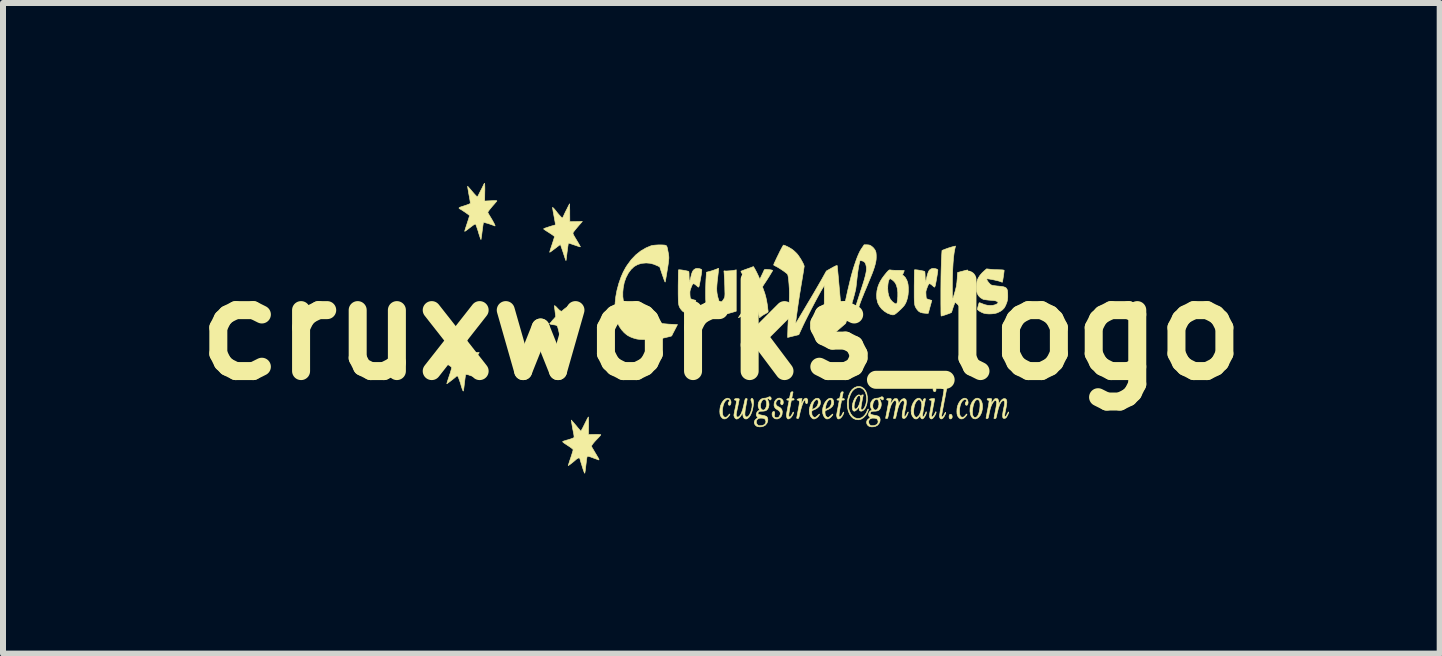
<source format=kicad_pcb>
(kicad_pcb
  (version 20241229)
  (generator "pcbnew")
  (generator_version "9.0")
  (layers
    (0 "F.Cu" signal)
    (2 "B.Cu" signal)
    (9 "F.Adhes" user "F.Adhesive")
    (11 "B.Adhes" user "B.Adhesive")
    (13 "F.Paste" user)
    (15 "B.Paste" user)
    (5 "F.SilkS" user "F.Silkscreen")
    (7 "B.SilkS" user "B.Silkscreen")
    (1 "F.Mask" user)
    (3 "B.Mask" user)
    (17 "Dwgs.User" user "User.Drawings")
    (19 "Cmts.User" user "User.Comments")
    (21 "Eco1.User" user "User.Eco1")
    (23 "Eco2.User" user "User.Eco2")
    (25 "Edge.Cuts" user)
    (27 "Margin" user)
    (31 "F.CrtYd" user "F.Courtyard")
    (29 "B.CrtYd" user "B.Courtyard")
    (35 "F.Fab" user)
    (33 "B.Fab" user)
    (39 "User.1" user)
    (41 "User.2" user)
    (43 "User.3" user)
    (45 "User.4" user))
  (footprint "cruxworks_logo"
    (layer "F.Cu")
    (at 8.97 2.444)
    (property "Reference" "cruxworks_logo" (at 0 0 0) (layer "F.SilkS") (effects (font (size 1.524 1.524) (thickness 0.3))))
    (attr through_hole)
    (fp_poly (pts (xy 3.566 0.966) (xy 3.575 0.981) (xy 3.577 1.002) (xy 3.574 1.017) (xy 3.563 1.031) (xy 3.549 1.033) (xy 3.536 1.022) (xy 3.531 1.011) (xy 3.527 0.993) (xy 3.531 0.98) (xy 3.537 0.971) (xy 3.552 0.962) (xy 3.566 0.966)) (stroke (width 0.01) (type solid)) (fill yes) (layer "F.SilkS"))
    (fp_poly (pts (xy 3.838 1.419) (xy 3.846 1.437) (xy 3.847 1.458) (xy 3.84 1.475) (xy 3.825 1.487) (xy 3.809 1.485) (xy 3.802 1.478) (xy 3.795 1.459) (xy 3.796 1.435) (xy 3.803 1.416) (xy 3.809 1.411) (xy 3.825 1.409) (xy 3.838 1.419)) (stroke (width 0.01) (type solid)) (fill yes) (layer "F.SilkS"))
    (fp_poly (pts (xy 4.282 1.143) (xy 4.31 1.158) (xy 4.332 1.186) (xy 4.346 1.224) (xy 4.352 1.269) (xy 4.35 1.319) (xy 4.339 1.371) (xy 4.335 1.383) (xy 4.315 1.425) (xy 4.289 1.457) (xy 4.26 1.478) (xy 4.23 1.487) (xy 4.201 1.481) (xy 4.191 1.475) (xy 4.166 1.448) (xy 4.151 1.41) (xy 4.148 1.391) (xy 4.184 1.391) (xy 4.189 1.424) (xy 4.192 1.432) (xy 4.209 1.457) (xy 4.229 1.465) (xy 4.251 1.456) (xy 4.272 1.434) (xy 4.286 1.406) (xy 4.298 1.366) (xy 4.306 1.321) (xy 4.31 1.275) (xy 4.31 1.232) (xy 4.305 1.198) (xy 4.301 1.189) (xy 4.287 1.17) (xy 4.267 1.164) (xy 4.246 1.171) (xy 4.229 1.187) (xy 4.213 1.217) (xy 4.199 1.257) (xy 4.19 1.302) (xy 4.184 1.348) (xy 4.184 1.391) (xy 4.148 1.391) (xy 4.143 1.361) (xy 4.143 1.356) (xy 4.145 1.304) (xy 4.156 1.255) (xy 4.175 1.212) (xy 4.199 1.177) (xy 4.228 1.152) (xy 4.258 1.141) (xy 4.282 1.143)) (stroke (width 0.01) (type solid)) (fill yes) (layer "F.SilkS"))
    (fp_poly (pts (xy 3.548 1.149) (xy 3.554 1.152) (xy 3.554 1.16) (xy 3.553 1.165) (xy 3.546 1.199) (xy 3.538 1.239) (xy 3.529 1.284) (xy 3.521 1.328) (xy 3.513 1.37) (xy 3.507 1.404) (xy 3.503 1.429) (xy 3.502 1.439) (xy 3.506 1.452) (xy 3.515 1.453) (xy 3.529 1.442) (xy 3.544 1.421) (xy 3.547 1.417) (xy 3.558 1.396) (xy 3.566 1.379) (xy 3.568 1.374) (xy 3.573 1.367) (xy 3.574 1.366) (xy 3.579 1.372) (xy 3.577 1.389) (xy 3.566 1.415) (xy 3.562 1.423) (xy 3.54 1.458) (xy 3.519 1.48) (xy 3.5 1.488) (xy 3.483 1.481) (xy 3.476 1.469) (xy 3.471 1.458) (xy 3.468 1.447) (xy 3.467 1.433) (xy 3.469 1.413) (xy 3.474 1.384) (xy 3.482 1.343) (xy 3.488 1.31) (xy 3.495 1.268) (xy 3.501 1.231) (xy 3.505 1.203) (xy 3.506 1.187) (xy 3.506 1.186) (xy 3.498 1.177) (xy 3.484 1.174) (xy 3.47 1.171) (xy 3.468 1.163) (xy 3.475 1.156) (xy 3.494 1.151) (xy 3.514 1.149) (xy 3.536 1.148) (xy 3.548 1.149)) (stroke (width 0.01) (type solid)) (fill yes) (layer "F.SilkS"))
    (fp_poly (pts (xy 0.131 1.148) (xy 0.149 1.167) (xy 0.159 1.191) (xy 0.161 1.217) (xy 0.156 1.24) (xy 0.146 1.256) (xy 0.131 1.26) (xy 0.119 1.251) (xy 0.114 1.233) (xy 0.118 1.214) (xy 0.125 1.203) (xy 0.136 1.188) (xy 0.135 1.175) (xy 0.125 1.165) (xy 0.11 1.159) (xy 0.093 1.165) (xy 0.068 1.186) (xy 0.046 1.22) (xy 0.03 1.265) (xy 0.02 1.316) (xy 0.018 1.35) (xy 0.02 1.394) (xy 0.025 1.424) (xy 0.035 1.443) (xy 0.047 1.454) (xy 0.069 1.46) (xy 0.091 1.453) (xy 0.114 1.43) (xy 0.117 1.426) (xy 0.13 1.411) (xy 0.139 1.404) (xy 0.142 1.405) (xy 0.141 1.415) (xy 0.133 1.43) (xy 0.119 1.448) (xy 0.103 1.464) (xy 0.093 1.472) (xy 0.062 1.487) (xy 0.035 1.485) (xy 0.014 1.472) (xy -0.002 1.454) (xy -0.015 1.433) (xy -0.016 1.432) (xy -0.023 1.402) (xy -0.026 1.362) (xy -0.023 1.319) (xy -0.016 1.278) (xy -0.014 1.269) (xy 0.004 1.226) (xy 0.026 1.191) (xy 0.052 1.164) (xy 0.08 1.147) (xy 0.106 1.141) (xy 0.131 1.148)) (stroke (width 0.01) (type solid)) (fill yes) (layer "F.SilkS"))
    (fp_poly (pts (xy 4.081 1.148) (xy 4.1 1.167) (xy 4.109 1.191) (xy 4.112 1.217) (xy 4.107 1.24) (xy 4.097 1.256) (xy 4.082 1.26) (xy 4.069 1.251) (xy 4.064 1.233) (xy 4.068 1.214) (xy 4.075 1.203) (xy 4.086 1.188) (xy 4.085 1.175) (xy 4.076 1.165) (xy 4.061 1.159) (xy 4.044 1.165) (xy 4.018 1.186) (xy 3.996 1.22) (xy 3.98 1.265) (xy 3.97 1.316) (xy 3.969 1.35) (xy 3.97 1.394) (xy 3.975 1.424) (xy 3.986 1.443) (xy 3.998 1.454) (xy 4.02 1.46) (xy 4.041 1.453) (xy 4.064 1.43) (xy 4.067 1.426) (xy 4.08 1.411) (xy 4.09 1.404) (xy 4.092 1.405) (xy 4.092 1.415) (xy 4.083 1.43) (xy 4.07 1.448) (xy 4.053 1.464) (xy 4.043 1.472) (xy 4.012 1.487) (xy 3.985 1.485) (xy 3.964 1.472) (xy 3.948 1.454) (xy 3.935 1.433) (xy 3.935 1.432) (xy 3.927 1.402) (xy 3.925 1.362) (xy 3.927 1.319) (xy 3.934 1.278) (xy 3.937 1.269) (xy 3.954 1.226) (xy 3.977 1.191) (xy 4.003 1.164) (xy 4.03 1.147) (xy 4.057 1.141) (xy 4.081 1.148)) (stroke (width 0.01) (type solid)) (fill yes) (layer "F.SilkS"))
    (fp_poly (pts (xy 3.757 0.957) (xy 3.759 0.959) (xy 3.758 0.968) (xy 3.753 0.992) (xy 3.746 1.029) (xy 3.737 1.075) (xy 3.727 1.13) (xy 3.715 1.19) (xy 3.714 1.193) (xy 3.703 1.255) (xy 3.692 1.311) (xy 3.683 1.36) (xy 3.676 1.399) (xy 3.671 1.426) (xy 3.67 1.439) (xy 3.67 1.439) (xy 3.673 1.452) (xy 3.682 1.453) (xy 3.694 1.443) (xy 3.708 1.423) (xy 3.715 1.408) (xy 3.728 1.385) (xy 3.736 1.376) (xy 3.739 1.38) (xy 3.736 1.397) (xy 3.729 1.414) (xy 3.71 1.451) (xy 3.69 1.476) (xy 3.671 1.487) (xy 3.653 1.484) (xy 3.644 1.473) (xy 3.636 1.454) (xy 3.634 1.44) (xy 3.635 1.427) (xy 3.64 1.4) (xy 3.646 1.361) (xy 3.655 1.313) (xy 3.665 1.258) (xy 3.673 1.216) (xy 3.684 1.158) (xy 3.694 1.105) (xy 3.701 1.06) (xy 3.707 1.025) (xy 3.709 1.002) (xy 3.709 0.995) (xy 3.701 0.984) (xy 3.687 0.981) (xy 3.674 0.978) (xy 3.671 0.97) (xy 3.677 0.965) (xy 3.691 0.961) (xy 3.71 0.957) (xy 3.73 0.955) (xy 3.746 0.955) (xy 3.757 0.957)) (stroke (width 0.01) (type solid)) (fill yes) (layer "F.SilkS"))
    (fp_poly (pts (xy 1.429 1.15) (xy 1.431 1.152) (xy 1.439 1.172) (xy 1.44 1.194) (xy 1.436 1.215) (xy 1.429 1.229) (xy 1.418 1.233) (xy 1.411 1.229) (xy 1.404 1.215) (xy 1.399 1.192) (xy 1.398 1.192) (xy 1.396 1.163) (xy 1.379 1.182) (xy 1.366 1.204) (xy 1.351 1.242) (xy 1.335 1.292) (xy 1.318 1.352) (xy 1.307 1.399) (xy 1.299 1.436) (xy 1.293 1.46) (xy 1.287 1.473) (xy 1.282 1.479) (xy 1.274 1.48) (xy 1.272 1.48) (xy 1.259 1.478) (xy 1.256 1.47) (xy 1.256 1.465) (xy 1.259 1.451) (xy 1.264 1.424) (xy 1.271 1.387) (xy 1.279 1.344) (xy 1.282 1.328) (xy 1.292 1.275) (xy 1.298 1.236) (xy 1.3 1.209) (xy 1.298 1.192) (xy 1.292 1.182) (xy 1.282 1.176) (xy 1.277 1.175) (xy 1.264 1.171) (xy 1.261 1.165) (xy 1.268 1.158) (xy 1.282 1.153) (xy 1.303 1.149) (xy 1.304 1.149) (xy 1.344 1.147) (xy 1.335 1.197) (xy 1.33 1.235) (xy 1.328 1.256) (xy 1.329 1.261) (xy 1.334 1.25) (xy 1.341 1.23) (xy 1.357 1.191) (xy 1.375 1.161) (xy 1.395 1.144) (xy 1.413 1.14) (xy 1.429 1.15)) (stroke (width 0.01) (type solid)) (fill yes) (layer "F.SilkS"))
    (fp_poly (pts (xy 1.616 1.144) (xy 1.635 1.157) (xy 1.647 1.181) (xy 1.652 1.214) (xy 1.652 1.215) (xy 1.646 1.248) (xy 1.629 1.278) (xy 1.6 1.305) (xy 1.56 1.328) (xy 1.531 1.34) (xy 1.516 1.347) (xy 1.508 1.356) (xy 1.506 1.372) (xy 1.506 1.382) (xy 1.51 1.417) (xy 1.522 1.441) (xy 1.534 1.452) (xy 1.55 1.461) (xy 1.566 1.46) (xy 1.584 1.448) (xy 1.602 1.432) (xy 1.619 1.417) (xy 1.631 1.407) (xy 1.636 1.406) (xy 1.635 1.415) (xy 1.627 1.43) (xy 1.613 1.448) (xy 1.596 1.464) (xy 1.587 1.471) (xy 1.557 1.486) (xy 1.531 1.486) (xy 1.506 1.469) (xy 1.505 1.469) (xy 1.482 1.437) (xy 1.469 1.397) (xy 1.465 1.352) (xy 1.467 1.331) (xy 1.511 1.331) (xy 1.54 1.318) (xy 1.56 1.307) (xy 1.578 1.295) (xy 1.584 1.289) (xy 1.601 1.264) (xy 1.612 1.234) (xy 1.616 1.204) (xy 1.614 1.188) (xy 1.607 1.171) (xy 1.595 1.165) (xy 1.588 1.165) (xy 1.568 1.173) (xy 1.548 1.196) (xy 1.531 1.23) (xy 1.519 1.273) (xy 1.515 1.299) (xy 1.511 1.331) (xy 1.467 1.331) (xy 1.47 1.304) (xy 1.485 1.255) (xy 1.508 1.209) (xy 1.514 1.201) (xy 1.54 1.17) (xy 1.567 1.15) (xy 1.593 1.142) (xy 1.616 1.144)) (stroke (width 0.01) (type solid)) (fill yes) (layer "F.SilkS"))
    (fp_poly (pts (xy 1.837 1.144) (xy 1.856 1.157) (xy 1.868 1.181) (xy 1.873 1.214) (xy 1.873 1.215) (xy 1.867 1.248) (xy 1.85 1.278) (xy 1.821 1.305) (xy 1.781 1.328) (xy 1.753 1.34) (xy 1.737 1.347) (xy 1.729 1.356) (xy 1.727 1.372) (xy 1.727 1.382) (xy 1.731 1.417) (xy 1.743 1.441) (xy 1.755 1.452) (xy 1.771 1.461) (xy 1.787 1.46) (xy 1.805 1.448) (xy 1.823 1.432) (xy 1.84 1.417) (xy 1.852 1.407) (xy 1.858 1.406) (xy 1.857 1.415) (xy 1.848 1.43) (xy 1.834 1.448) (xy 1.817 1.464) (xy 1.808 1.471) (xy 1.778 1.486) (xy 1.752 1.486) (xy 1.727 1.469) (xy 1.727 1.469) (xy 1.704 1.437) (xy 1.69 1.397) (xy 1.686 1.352) (xy 1.688 1.331) (xy 1.732 1.331) (xy 1.761 1.318) (xy 1.781 1.307) (xy 1.799 1.295) (xy 1.805 1.289) (xy 1.822 1.264) (xy 1.833 1.234) (xy 1.837 1.204) (xy 1.835 1.188) (xy 1.828 1.171) (xy 1.816 1.165) (xy 1.809 1.165) (xy 1.789 1.173) (xy 1.769 1.196) (xy 1.753 1.23) (xy 1.74 1.273) (xy 1.736 1.299) (xy 1.732 1.331) (xy 1.688 1.331) (xy 1.691 1.304) (xy 1.706 1.255) (xy 1.729 1.209) (xy 1.735 1.201) (xy 1.761 1.17) (xy 1.788 1.15) (xy 1.814 1.142) (xy 1.837 1.144)) (stroke (width 0.01) (type solid)) (fill yes) (layer "F.SilkS"))
    (fp_poly (pts (xy 1.194 1.04) (xy 1.192 1.053) (xy 1.187 1.074) (xy 1.181 1.102) (xy 1.18 1.11) (xy 1.172 1.147) (xy 1.193 1.147) (xy 1.208 1.15) (xy 1.213 1.16) (xy 1.213 1.161) (xy 1.209 1.17) (xy 1.196 1.173) (xy 1.19 1.174) (xy 1.167 1.174) (xy 1.145 1.287) (xy 1.134 1.346) (xy 1.127 1.391) (xy 1.124 1.422) (xy 1.125 1.442) (xy 1.129 1.452) (xy 1.134 1.454) (xy 1.152 1.446) (xy 1.17 1.423) (xy 1.183 1.397) (xy 1.193 1.378) (xy 1.201 1.372) (xy 1.204 1.378) (xy 1.2 1.396) (xy 1.199 1.4) (xy 1.184 1.431) (xy 1.165 1.457) (xy 1.144 1.477) (xy 1.124 1.487) (xy 1.107 1.486) (xy 1.102 1.483) (xy 1.09 1.461) (xy 1.085 1.432) (xy 1.085 1.413) (xy 1.088 1.396) (xy 1.093 1.366) (xy 1.101 1.329) (xy 1.108 1.287) (xy 1.116 1.245) (xy 1.124 1.208) (xy 1.127 1.189) (xy 1.127 1.179) (xy 1.12 1.174) (xy 1.109 1.174) (xy 1.094 1.171) (xy 1.089 1.164) (xy 1.094 1.156) (xy 1.108 1.15) (xy 1.113 1.149) (xy 1.125 1.147) (xy 1.133 1.141) (xy 1.139 1.127) (xy 1.144 1.101) (xy 1.146 1.092) (xy 1.152 1.063) (xy 1.158 1.046) (xy 1.165 1.038) (xy 1.175 1.035) (xy 1.177 1.035) (xy 1.19 1.034) (xy 1.194 1.04)) (stroke (width 0.01) (type solid)) (fill yes) (layer "F.SilkS"))
    (fp_poly (pts (xy 2.031 1.04) (xy 2.029 1.053) (xy 2.024 1.074) (xy 2.018 1.102) (xy 2.016 1.11) (xy 2.009 1.147) (xy 2.029 1.147) (xy 2.045 1.15) (xy 2.05 1.16) (xy 2.05 1.161) (xy 2.046 1.17) (xy 2.032 1.173) (xy 2.027 1.174) (xy 2.004 1.174) (xy 1.982 1.287) (xy 1.971 1.346) (xy 1.964 1.391) (xy 1.961 1.422) (xy 1.961 1.442) (xy 1.965 1.452) (xy 1.971 1.454) (xy 1.989 1.446) (xy 2.007 1.423) (xy 2.02 1.397) (xy 2.03 1.378) (xy 2.038 1.372) (xy 2.041 1.378) (xy 2.037 1.396) (xy 2.035 1.4) (xy 2.021 1.431) (xy 2.002 1.457) (xy 1.981 1.477) (xy 1.961 1.487) (xy 1.944 1.486) (xy 1.939 1.483) (xy 1.927 1.461) (xy 1.921 1.432) (xy 1.922 1.413) (xy 1.925 1.396) (xy 1.93 1.366) (xy 1.937 1.329) (xy 1.945 1.287) (xy 1.953 1.245) (xy 1.96 1.208) (xy 1.964 1.189) (xy 1.964 1.179) (xy 1.957 1.174) (xy 1.945 1.174) (xy 1.93 1.171) (xy 1.926 1.164) (xy 1.931 1.156) (xy 1.945 1.15) (xy 1.95 1.149) (xy 1.962 1.147) (xy 1.97 1.141) (xy 1.975 1.127) (xy 1.981 1.101) (xy 1.983 1.092) (xy 1.989 1.063) (xy 1.995 1.046) (xy 2.002 1.038) (xy 2.012 1.035) (xy 2.013 1.035) (xy 2.026 1.034) (xy 2.031 1.04)) (stroke (width 0.01) (type solid)) (fill yes) (layer "F.SilkS"))
    (fp_poly (pts (xy 0.987 1.144) (xy 1.009 1.157) (xy 1.025 1.176) (xy 1.029 1.186) (xy 1.032 1.211) (xy 1.029 1.233) (xy 1.02 1.247) (xy 1.008 1.252) (xy 0.995 1.244) (xy 0.992 1.239) (xy 0.987 1.223) (xy 0.991 1.205) (xy 0.993 1.183) (xy 0.985 1.169) (xy 0.967 1.163) (xy 0.958 1.163) (xy 0.936 1.171) (xy 0.918 1.19) (xy 0.909 1.217) (xy 0.908 1.228) (xy 0.912 1.249) (xy 0.924 1.266) (xy 0.945 1.281) (xy 0.961 1.288) (xy 0.99 1.307) (xy 1.008 1.332) (xy 1.016 1.364) (xy 1.016 1.371) (xy 1.011 1.413) (xy 0.996 1.447) (xy 0.972 1.471) (xy 0.938 1.486) (xy 0.905 1.486) (xy 0.879 1.474) (xy 0.86 1.454) (xy 0.848 1.429) (xy 0.845 1.403) (xy 0.85 1.38) (xy 0.861 1.366) (xy 0.876 1.361) (xy 0.886 1.369) (xy 0.89 1.387) (xy 0.887 1.412) (xy 0.884 1.42) (xy 0.882 1.439) (xy 0.889 1.454) (xy 0.902 1.464) (xy 0.92 1.467) (xy 0.939 1.465) (xy 0.957 1.455) (xy 0.965 1.445) (xy 0.98 1.417) (xy 0.983 1.39) (xy 0.975 1.366) (xy 0.956 1.346) (xy 0.939 1.336) (xy 0.907 1.316) (xy 0.887 1.291) (xy 0.878 1.262) (xy 0.88 1.227) (xy 0.888 1.199) (xy 0.901 1.176) (xy 0.922 1.156) (xy 0.946 1.143) (xy 0.964 1.139) (xy 0.987 1.144)) (stroke (width 0.01) (type solid)) (fill yes) (layer "F.SilkS"))
    (fp_poly (pts (xy -2.768 -0.395) (xy -2.75 -0.379) (xy -2.725 -0.352) (xy -2.718 -0.345) (xy -2.691 -0.319) (xy -2.67 -0.308) (xy -2.655 -0.31) (xy -2.65 -0.315) (xy -2.643 -0.322) (xy -2.627 -0.336) (xy -2.607 -0.352) (xy -2.599 -0.358) (xy -2.553 -0.393) (xy -2.571 -0.309) (xy -2.578 -0.272) (xy -2.584 -0.24) (xy -2.587 -0.217) (xy -2.588 -0.21) (xy -2.584 -0.199) (xy -2.572 -0.179) (xy -2.556 -0.154) (xy -2.543 -0.137) (xy -2.524 -0.111) (xy -2.51 -0.09) (xy -2.502 -0.076) (xy -2.501 -0.071) (xy -2.507 -0.069) (xy -2.523 -0.066) (xy -2.545 -0.064) (xy -2.559 -0.063) (xy -2.585 -0.062) (xy -2.606 -0.06) (xy -2.621 -0.058) (xy -2.624 -0.056) (xy -2.631 -0.047) (xy -2.64 -0.025) (xy -2.651 0.006) (xy -2.657 0.024) (xy -2.669 0.065) (xy -2.678 0.092) (xy -2.684 0.106) (xy -2.689 0.109) (xy -2.692 0.103) (xy -2.695 0.093) (xy -2.7 0.074) (xy -2.701 0.063) (xy -2.703 0.052) (xy -2.708 0.03) (xy -2.715 -0.000047) (xy -2.717 -0.006) (xy -2.724 -0.033) (xy -2.73 -0.052) (xy -2.738 -0.065) (xy -2.75 -0.072) (xy -2.767 -0.078) (xy -2.794 -0.082) (xy -2.809 -0.084) (xy -2.837 -0.089) (xy -2.854 -0.095) (xy -2.86 -0.102) (xy -2.855 -0.11) (xy -2.849 -0.115) (xy -2.838 -0.124) (xy -2.833 -0.132) (xy -2.828 -0.139) (xy -2.816 -0.154) (xy -2.799 -0.172) (xy -2.797 -0.174) (xy -2.78 -0.193) (xy -2.767 -0.209) (xy -2.761 -0.217) (xy -2.761 -0.218) (xy -2.762 -0.23) (xy -2.765 -0.253) (xy -2.767 -0.272) (xy -2.771 -0.304) (xy -2.774 -0.332) (xy -2.776 -0.344) (xy -2.779 -0.369) (xy -2.782 -0.385) (xy -2.783 -0.398) (xy -2.779 -0.401) (xy -2.768 -0.395)) (stroke (width 0.01) (type solid)) (fill yes) (layer "F.SilkS"))
    (fp_poly (pts (xy 3.302 1.142) (xy 3.303 1.142) (xy 3.317 1.153) (xy 3.333 1.171) (xy 3.338 1.178) (xy 3.357 1.208) (xy 3.363 1.18) (xy 3.369 1.159) (xy 3.381 1.15) (xy 3.384 1.149) (xy 3.396 1.149) (xy 3.401 1.153) (xy 3.399 1.164) (xy 3.395 1.188) (xy 3.388 1.223) (xy 3.38 1.266) (xy 3.374 1.296) (xy 3.364 1.352) (xy 3.357 1.393) (xy 3.353 1.422) (xy 3.352 1.44) (xy 3.355 1.45) (xy 3.36 1.454) (xy 3.362 1.454) (xy 3.37 1.447) (xy 3.381 1.431) (xy 3.393 1.409) (xy 3.403 1.387) (xy 3.408 1.372) (xy 3.413 1.367) (xy 3.416 1.368) (xy 3.418 1.382) (xy 3.412 1.403) (xy 3.402 1.427) (xy 3.388 1.451) (xy 3.372 1.472) (xy 3.358 1.484) (xy 3.355 1.486) (xy 3.338 1.484) (xy 3.325 1.469) (xy 3.317 1.448) (xy 3.317 1.442) (xy 3.316 1.432) (xy 3.312 1.432) (xy 3.303 1.443) (xy 3.301 1.447) (xy 3.274 1.476) (xy 3.248 1.488) (xy 3.223 1.484) (xy 3.203 1.469) (xy 3.18 1.437) (xy 3.166 1.396) (xy 3.162 1.348) (xy 3.162 1.347) (xy 3.205 1.347) (xy 3.205 1.392) (xy 3.212 1.425) (xy 3.227 1.448) (xy 3.25 1.462) (xy 3.256 1.459) (xy 3.269 1.452) (xy 3.271 1.451) (xy 3.29 1.433) (xy 3.306 1.406) (xy 3.321 1.365) (xy 3.328 1.338) (xy 3.338 1.286) (xy 3.34 1.244) (xy 3.334 1.21) (xy 3.325 1.192) (xy 3.308 1.171) (xy 3.288 1.166) (xy 3.268 1.175) (xy 3.249 1.196) (xy 3.231 1.227) (xy 3.217 1.267) (xy 3.208 1.314) (xy 3.205 1.347) (xy 3.162 1.347) (xy 3.168 1.297) (xy 3.177 1.264) (xy 3.196 1.219) (xy 3.221 1.182) (xy 3.248 1.156) (xy 3.276 1.142) (xy 3.302 1.142)) (stroke (width 0.01) (type solid)) (fill yes) (layer "F.SilkS"))
    (fp_poly (pts (xy 2.822 -0.995) (xy 2.837 -0.993) (xy 2.861 -0.991) (xy 2.891 -0.99) (xy 2.926 -0.989) (xy 2.948 -0.989) (xy 2.981 -0.989) (xy 3.009 -0.988) (xy 3.031 -0.987) (xy 3.045 -0.986) (xy 3.048 -0.985) (xy 3.045 -0.976) (xy 3.038 -0.957) (xy 3.033 -0.946) (xy 3.018 -0.912) (xy 3.039 -0.897) (xy 3.066 -0.869) (xy 3.09 -0.826) (xy 3.104 -0.788) (xy 3.112 -0.748) (xy 3.116 -0.697) (xy 3.116 -0.641) (xy 3.112 -0.587) (xy 3.104 -0.538) (xy 3.102 -0.532) (xy 3.091 -0.493) (xy 3.079 -0.46) (xy 3.065 -0.431) (xy 3.048 -0.404) (xy 3.025 -0.377) (xy 2.996 -0.347) (xy 2.958 -0.312) (xy 2.933 -0.29) (xy 2.907 -0.268) (xy 2.886 -0.254) (xy 2.868 -0.248) (xy 2.849 -0.248) (xy 2.826 -0.253) (xy 2.821 -0.255) (xy 2.766 -0.276) (xy 2.716 -0.308) (xy 2.671 -0.347) (xy 2.635 -0.393) (xy 2.608 -0.444) (xy 2.603 -0.459) (xy 2.59 -0.517) (xy 2.587 -0.581) (xy 2.593 -0.648) (xy 2.604 -0.692) (xy 2.772 -0.692) (xy 2.777 -0.62) (xy 2.791 -0.56) (xy 2.814 -0.51) (xy 2.847 -0.47) (xy 2.864 -0.456) (xy 2.89 -0.438) (xy 2.908 -0.43) (xy 2.92 -0.432) (xy 2.927 -0.445) (xy 2.932 -0.47) (xy 2.934 -0.479) (xy 2.94 -0.554) (xy 2.94 -0.625) (xy 2.932 -0.688) (xy 2.917 -0.742) (xy 2.899 -0.778) (xy 2.88 -0.802) (xy 2.857 -0.823) (xy 2.834 -0.84) (xy 2.815 -0.849) (xy 2.81 -0.85) (xy 2.799 -0.841) (xy 2.789 -0.819) (xy 2.78 -0.785) (xy 2.775 -0.744) (xy 2.772 -0.698) (xy 2.772 -0.692) (xy 2.604 -0.692) (xy 2.609 -0.715) (xy 2.627 -0.762) (xy 2.649 -0.807) (xy 2.679 -0.856) (xy 2.715 -0.905) (xy 2.753 -0.952) (xy 2.774 -0.975) (xy 2.789 -0.989) (xy 2.8 -0.996) (xy 2.81 -0.997) (xy 2.822 -0.995)) (stroke (width 0.01) (type solid)) (fill yes) (layer "F.SilkS"))
    (fp_poly (pts (xy -0.045 -1.013) (xy -0.047 -0.99) (xy -0.051 -0.956) (xy -0.056 -0.912) (xy -0.06 -0.876) (xy -0.069 -0.802) (xy -0.074 -0.741) (xy -0.077 -0.691) (xy -0.076 -0.648) (xy -0.072 -0.609) (xy -0.065 -0.57) (xy -0.055 -0.529) (xy -0.042 -0.488) (xy -0.024 -0.428) (xy -0.001 -0.455) (xy 0.018 -0.479) (xy 0.037 -0.505) (xy 0.041 -0.513) (xy 0.052 -0.532) (xy 0.057 -0.551) (xy 0.059 -0.575) (xy 0.06 -0.598) (xy 0.059 -0.634) (xy 0.058 -0.678) (xy 0.057 -0.728) (xy 0.055 -0.781) (xy 0.053 -0.832) (xy 0.05 -0.88) (xy 0.048 -0.92) (xy 0.046 -0.95) (xy 0.044 -0.966) (xy 0.044 -0.967) (xy 0.043 -0.977) (xy 0.048 -0.981) (xy 0.062 -0.979) (xy 0.063 -0.979) (xy 0.079 -0.978) (xy 0.103 -0.979) (xy 0.132 -0.981) (xy 0.163 -0.983) (xy 0.193 -0.987) (xy 0.217 -0.991) (xy 0.233 -0.994) (xy 0.248 -0.999) (xy 0.248 -0.653) (xy 0.248 -0.308) (xy 0.154 -0.281) (xy 0.115 -0.27) (xy 0.085 -0.262) (xy 0.065 -0.257) (xy 0.052 -0.255) (xy 0.045 -0.256) (xy 0.043 -0.259) (xy 0.043 -0.265) (xy 0.044 -0.266) (xy 0.046 -0.283) (xy 0.049 -0.308) (xy 0.051 -0.337) (xy 0.052 -0.365) (xy 0.052 -0.385) (xy 0.051 -0.394) (xy 0.051 -0.394) (xy 0.042 -0.389) (xy 0.025 -0.376) (xy 0.002 -0.356) (xy -0.026 -0.331) (xy -0.053 -0.304) (xy -0.097 -0.261) (xy -0.134 -0.276) (xy -0.175 -0.296) (xy -0.206 -0.321) (xy -0.229 -0.354) (xy -0.245 -0.396) (xy -0.254 -0.432) (xy -0.258 -0.463) (xy -0.261 -0.508) (xy -0.262 -0.564) (xy -0.262 -0.628) (xy -0.261 -0.698) (xy -0.259 -0.769) (xy -0.256 -0.839) (xy -0.255 -0.849) (xy -0.248 -0.958) (xy -0.2 -0.97) (xy -0.171 -0.978) (xy -0.137 -0.989) (xy -0.104 -1.001) (xy -0.099 -1.003) (xy -0.075 -1.012) (xy -0.057 -1.019) (xy -0.046 -1.022) (xy -0.044 -1.022) (xy -0.045 -1.013)) (stroke (width 0.01) (type solid)) (fill yes) (layer "F.SilkS"))
    (fp_poly (pts (xy -0.386 -1.02) (xy -0.361 -1.016) (xy -0.341 -1.009) (xy -0.327 -1) (xy -0.327 -0.999) (xy -0.326 -0.987) (xy -0.329 -0.958) (xy -0.335 -0.914) (xy -0.344 -0.865) (xy -0.354 -0.808) (xy -0.362 -0.766) (xy -0.368 -0.736) (xy -0.373 -0.719) (xy -0.379 -0.71) (xy -0.385 -0.71) (xy -0.393 -0.716) (xy -0.404 -0.726) (xy -0.41 -0.732) (xy -0.437 -0.754) (xy -0.456 -0.765) (xy -0.47 -0.765) (xy -0.483 -0.751) (xy -0.496 -0.723) (xy -0.508 -0.691) (xy -0.518 -0.662) (xy -0.523 -0.64) (xy -0.524 -0.616) (xy -0.523 -0.585) (xy -0.523 -0.579) (xy -0.52 -0.547) (xy -0.517 -0.529) (xy -0.512 -0.519) (xy -0.504 -0.513) (xy -0.497 -0.51) (xy -0.476 -0.502) (xy -0.453 -0.496) (xy -0.45 -0.495) (xy -0.425 -0.489) (xy -0.445 -0.418) (xy -0.455 -0.38) (xy -0.465 -0.343) (xy -0.474 -0.314) (xy -0.475 -0.309) (xy -0.485 -0.272) (xy -0.516 -0.273) (xy -0.54 -0.275) (xy -0.568 -0.278) (xy -0.583 -0.28) (xy -0.619 -0.291) (xy -0.649 -0.311) (xy -0.677 -0.345) (xy -0.681 -0.349) (xy -0.691 -0.366) (xy -0.699 -0.382) (xy -0.706 -0.401) (xy -0.711 -0.424) (xy -0.715 -0.453) (xy -0.717 -0.491) (xy -0.718 -0.538) (xy -0.719 -0.598) (xy -0.719 -0.672) (xy -0.719 -0.731) (xy -0.718 -0.797) (xy -0.717 -0.857) (xy -0.717 -0.909) (xy -0.716 -0.951) (xy -0.715 -0.981) (xy -0.714 -0.996) (xy -0.714 -0.997) (xy -0.707 -0.999) (xy -0.69 -0.998) (xy -0.667 -0.996) (xy -0.64 -0.992) (xy -0.612 -0.987) (xy -0.586 -0.982) (xy -0.564 -0.977) (xy -0.548 -0.973) (xy -0.542 -0.969) (xy -0.54 -0.955) (xy -0.538 -0.93) (xy -0.538 -0.907) (xy -0.537 -0.871) (xy -0.535 -0.837) (xy -0.533 -0.82) (xy -0.531 -0.806) (xy -0.529 -0.8) (xy -0.526 -0.804) (xy -0.522 -0.82) (xy -0.515 -0.85) (xy -0.509 -0.874) (xy -0.497 -0.925) (xy -0.484 -0.962) (xy -0.469 -0.988) (xy -0.451 -1.005) (xy -0.429 -1.017) (xy -0.409 -1.021) (xy -0.386 -1.02)) (stroke (width 0.01) (type solid)) (fill yes) (layer "F.SilkS"))
    (fp_poly (pts (xy 3.547 -1.02) (xy 3.571 -1.016) (xy 3.592 -1.009) (xy 3.605 -1) (xy 3.606 -0.999) (xy 3.607 -0.987) (xy 3.604 -0.958) (xy 3.597 -0.914) (xy 3.589 -0.865) (xy 3.579 -0.808) (xy 3.571 -0.766) (xy 3.565 -0.736) (xy 3.559 -0.719) (xy 3.554 -0.71) (xy 3.548 -0.71) (xy 3.539 -0.716) (xy 3.528 -0.726) (xy 3.522 -0.732) (xy 3.496 -0.754) (xy 3.477 -0.765) (xy 3.462 -0.765) (xy 3.45 -0.751) (xy 3.437 -0.723) (xy 3.425 -0.691) (xy 3.415 -0.662) (xy 3.409 -0.64) (xy 3.408 -0.616) (xy 3.41 -0.585) (xy 3.41 -0.579) (xy 3.412 -0.547) (xy 3.415 -0.529) (xy 3.42 -0.519) (xy 3.429 -0.513) (xy 3.436 -0.51) (xy 3.457 -0.502) (xy 3.48 -0.496) (xy 3.482 -0.495) (xy 3.507 -0.489) (xy 3.488 -0.418) (xy 3.477 -0.38) (xy 3.467 -0.343) (xy 3.459 -0.314) (xy 3.458 -0.309) (xy 3.447 -0.272) (xy 3.416 -0.273) (xy 3.392 -0.275) (xy 3.364 -0.278) (xy 3.35 -0.28) (xy 3.313 -0.291) (xy 3.283 -0.311) (xy 3.255 -0.345) (xy 3.252 -0.349) (xy 3.242 -0.366) (xy 3.233 -0.382) (xy 3.226 -0.401) (xy 3.221 -0.424) (xy 3.218 -0.453) (xy 3.215 -0.491) (xy 3.214 -0.538) (xy 3.214 -0.598) (xy 3.214 -0.672) (xy 3.214 -0.731) (xy 3.215 -0.797) (xy 3.215 -0.857) (xy 3.216 -0.909) (xy 3.217 -0.951) (xy 3.217 -0.981) (xy 3.218 -0.996) (xy 3.218 -0.997) (xy 3.226 -0.999) (xy 3.242 -0.998) (xy 3.265 -0.996) (xy 3.292 -0.992) (xy 3.32 -0.987) (xy 3.346 -0.982) (xy 3.369 -0.977) (xy 3.384 -0.973) (xy 3.39 -0.969) (xy 3.392 -0.955) (xy 3.394 -0.93) (xy 3.395 -0.907) (xy 3.396 -0.871) (xy 3.398 -0.837) (xy 3.399 -0.82) (xy 3.401 -0.806) (xy 3.403 -0.8) (xy 3.406 -0.804) (xy 3.411 -0.82) (xy 3.418 -0.85) (xy 3.423 -0.874) (xy 3.436 -0.925) (xy 3.449 -0.962) (xy 3.463 -0.988) (xy 3.481 -1.005) (xy 3.504 -1.017) (xy 3.523 -1.021) (xy 3.547 -1.02)) (stroke (width 0.01) (type solid)) (fill yes) (layer "F.SilkS"))
    (fp_poly (pts (xy 0.557 -1.015) (xy 0.571 -0.989) (xy 0.589 -0.955) (xy 0.606 -0.919) (xy 0.611 -0.909) (xy 0.641 -0.84) (xy 0.673 -0.907) (xy 0.688 -0.938) (xy 0.701 -0.966) (xy 0.71 -0.986) (xy 0.712 -0.991) (xy 0.716 -0.998) (xy 0.723 -1.003) (xy 0.733 -1.005) (xy 0.749 -1.005) (xy 0.775 -1.003) (xy 0.787 -1.002) (xy 0.814 -0.999) (xy 0.836 -0.995) (xy 0.85 -0.991) (xy 0.855 -0.988) (xy 0.851 -0.979) (xy 0.84 -0.96) (xy 0.824 -0.934) (xy 0.805 -0.902) (xy 0.783 -0.867) (xy 0.761 -0.832) (xy 0.74 -0.8) (xy 0.721 -0.772) (xy 0.712 -0.758) (xy 0.698 -0.737) (xy 0.689 -0.72) (xy 0.687 -0.713) (xy 0.69 -0.701) (xy 0.698 -0.679) (xy 0.708 -0.651) (xy 0.724 -0.606) (xy 0.74 -0.549) (xy 0.754 -0.486) (xy 0.765 -0.421) (xy 0.771 -0.381) (xy 0.774 -0.348) (xy 0.778 -0.321) (xy 0.78 -0.305) (xy 0.78 -0.305) (xy 0.778 -0.296) (xy 0.768 -0.286) (xy 0.75 -0.275) (xy 0.736 -0.267) (xy 0.71 -0.253) (xy 0.685 -0.237) (xy 0.666 -0.224) (xy 0.665 -0.223) (xy 0.65 -0.21) (xy 0.64 -0.203) (xy 0.637 -0.201) (xy 0.634 -0.209) (xy 0.629 -0.229) (xy 0.625 -0.247) (xy 0.618 -0.277) (xy 0.608 -0.315) (xy 0.596 -0.355) (xy 0.592 -0.366) (xy 0.568 -0.439) (xy 0.545 -0.413) (xy 0.531 -0.396) (xy 0.511 -0.372) (xy 0.488 -0.344) (xy 0.469 -0.321) (xy 0.438 -0.285) (xy 0.412 -0.26) (xy 0.393 -0.247) (xy 0.391 -0.246) (xy 0.373 -0.239) (xy 0.349 -0.229) (xy 0.326 -0.219) (xy 0.284 -0.201) (xy 0.521 -0.549) (xy 0.511 -0.579) (xy 0.501 -0.605) (xy 0.486 -0.641) (xy 0.469 -0.684) (xy 0.45 -0.728) (xy 0.432 -0.771) (xy 0.416 -0.808) (xy 0.403 -0.836) (xy 0.398 -0.845) (xy 0.385 -0.87) (xy 0.367 -0.901) (xy 0.351 -0.926) (xy 0.335 -0.952) (xy 0.327 -0.968) (xy 0.328 -0.976) (xy 0.329 -0.976) (xy 0.338 -0.979) (xy 0.355 -0.986) (xy 0.381 -0.996) (xy 0.411 -1.007) (xy 0.436 -1.016) (xy 0.535 -1.052) (xy 0.557 -1.015)) (stroke (width 0.01) (type solid)) (fill yes) (layer "F.SilkS"))
    (fp_poly (pts (xy 0.518 1.146) (xy 0.529 1.163) (xy 0.531 1.168) (xy 0.536 1.198) (xy 0.535 1.238) (xy 0.529 1.284) (xy 0.519 1.333) (xy 0.506 1.375) (xy 0.487 1.42) (xy 0.465 1.454) (xy 0.44 1.477) (xy 0.416 1.488) (xy 0.393 1.485) (xy 0.373 1.468) (xy 0.373 1.467) (xy 0.361 1.44) (xy 0.359 1.419) (xy 0.357 1.4) (xy 0.353 1.394) (xy 0.344 1.404) (xy 0.333 1.423) (xy 0.313 1.451) (xy 0.29 1.473) (xy 0.266 1.487) (xy 0.254 1.489) (xy 0.239 1.483) (xy 0.224 1.468) (xy 0.224 1.467) (xy 0.214 1.447) (xy 0.209 1.427) (xy 0.209 1.426) (xy 0.211 1.41) (xy 0.216 1.382) (xy 0.223 1.345) (xy 0.232 1.303) (xy 0.233 1.301) (xy 0.243 1.252) (xy 0.249 1.218) (xy 0.251 1.195) (xy 0.248 1.181) (xy 0.24 1.175) (xy 0.23 1.174) (xy 0.219 1.17) (xy 0.219 1.161) (xy 0.225 1.153) (xy 0.238 1.149) (xy 0.261 1.147) (xy 0.261 1.147) (xy 0.282 1.149) (xy 0.295 1.152) (xy 0.299 1.157) (xy 0.297 1.168) (xy 0.292 1.192) (xy 0.285 1.227) (xy 0.277 1.267) (xy 0.276 1.273) (xy 0.264 1.326) (xy 0.256 1.366) (xy 0.25 1.394) (xy 0.248 1.413) (xy 0.248 1.426) (xy 0.251 1.435) (xy 0.255 1.443) (xy 0.257 1.445) (xy 0.267 1.456) (xy 0.279 1.456) (xy 0.287 1.453) (xy 0.31 1.432) (xy 0.332 1.394) (xy 0.353 1.338) (xy 0.372 1.265) (xy 0.38 1.228) (xy 0.388 1.19) (xy 0.394 1.167) (xy 0.399 1.154) (xy 0.405 1.149) (xy 0.413 1.147) (xy 0.413 1.147) (xy 0.426 1.149) (xy 0.43 1.153) (xy 0.429 1.163) (xy 0.425 1.187) (xy 0.418 1.221) (xy 0.411 1.261) (xy 0.409 1.272) (xy 0.398 1.333) (xy 0.393 1.38) (xy 0.392 1.415) (xy 0.397 1.437) (xy 0.408 1.45) (xy 0.424 1.454) (xy 0.425 1.454) (xy 0.445 1.446) (xy 0.466 1.422) (xy 0.485 1.385) (xy 0.497 1.351) (xy 0.51 1.296) (xy 0.514 1.249) (xy 0.507 1.21) (xy 0.501 1.196) (xy 0.493 1.176) (xy 0.493 1.161) (xy 0.494 1.157) (xy 0.505 1.144) (xy 0.518 1.146)) (stroke (width 0.01) (type solid)) (fill yes) (layer "F.SilkS"))
    (fp_poly (pts (xy 3.891 -1.346) (xy 3.879 -1.282) (xy 3.869 -1.202) (xy 3.861 -1.106) (xy 3.855 -0.997) (xy 3.851 -0.876) (xy 3.849 -0.742) (xy 3.849 -0.697) (xy 3.85 -0.495) (xy 3.873 -0.565) (xy 3.897 -0.646) (xy 3.915 -0.718) (xy 3.925 -0.788) (xy 3.931 -0.859) (xy 3.931 -0.865) (xy 3.933 -0.902) (xy 3.935 -0.932) (xy 3.937 -0.95) (xy 3.938 -0.955) (xy 3.946 -0.956) (xy 3.962 -0.96) (xy 3.986 -0.967) (xy 4.015 -0.974) (xy 4.022 -0.976) (xy 4.052 -0.984) (xy 4.077 -0.99) (xy 4.095 -0.994) (xy 4.104 -0.995) (xy 4.105 -0.994) (xy 4.105 -0.983) (xy 4.104 -0.96) (xy 4.1 -0.93) (xy 4.095 -0.896) (xy 4.089 -0.865) (xy 4.084 -0.84) (xy 4.082 -0.836) (xy 4.071 -0.805) (xy 4.057 -0.775) (xy 4.054 -0.77) (xy 4.041 -0.747) (xy 4.027 -0.72) (xy 4.015 -0.694) (xy 4.005 -0.671) (xy 4 -0.656) (xy 3.999 -0.653) (xy 4.006 -0.65) (xy 4.021 -0.645) (xy 4.036 -0.64) (xy 4.06 -0.632) (xy 4.081 -0.62) (xy 4.091 -0.613) (xy 4.111 -0.59) (xy 4.133 -0.558) (xy 4.155 -0.52) (xy 4.173 -0.483) (xy 4.178 -0.468) (xy 4.192 -0.431) (xy 4.149 -0.358) (xy 4.119 -0.308) (xy 4.095 -0.27) (xy 4.077 -0.244) (xy 4.065 -0.232) (xy 4.06 -0.233) (xy 4.051 -0.258) (xy 4.036 -0.29) (xy 4.017 -0.323) (xy 3.998 -0.354) (xy 3.991 -0.363) (xy 3.974 -0.383) (xy 3.954 -0.405) (xy 3.933 -0.426) (xy 3.914 -0.443) (xy 3.9 -0.453) (xy 3.894 -0.455) (xy 3.891 -0.448) (xy 3.883 -0.429) (xy 3.873 -0.402) (xy 3.862 -0.371) (xy 3.852 -0.34) (xy 3.843 -0.312) (xy 3.837 -0.292) (xy 3.836 -0.289) (xy 3.83 -0.285) (xy 3.815 -0.278) (xy 3.793 -0.269) (xy 3.767 -0.26) (xy 3.739 -0.25) (xy 3.712 -0.241) (xy 3.689 -0.234) (xy 3.672 -0.229) (xy 3.663 -0.228) (xy 3.662 -0.236) (xy 3.66 -0.262) (xy 3.659 -0.303) (xy 3.659 -0.358) (xy 3.658 -0.428) (xy 3.658 -0.511) (xy 3.658 -0.541) (xy 3.658 -0.657) (xy 3.659 -0.771) (xy 3.66 -0.88) (xy 3.662 -0.981) (xy 3.665 -1.074) (xy 3.667 -1.155) (xy 3.671 -1.223) (xy 3.673 -1.263) (xy 3.677 -1.321) (xy 3.725 -1.34) (xy 3.782 -1.361) (xy 3.841 -1.379) (xy 3.877 -1.388) (xy 3.902 -1.394) (xy 3.891 -1.346)) (stroke (width 0.01) (type solid)) (fill yes) (layer "F.SilkS"))
    (fp_poly (pts (xy -0.975 -1.412) (xy -0.947 -1.41) (xy -0.927 -1.406) (xy -0.924 -1.404) (xy -0.916 -1.399) (xy -0.91 -1.391) (xy -0.904 -1.376) (xy -0.898 -1.352) (xy -0.891 -1.314) (xy -0.889 -1.305) (xy -0.881 -1.263) (xy -0.877 -1.233) (xy -0.875 -1.209) (xy -0.875 -1.186) (xy -0.878 -1.158) (xy -0.879 -1.147) (xy -0.882 -1.12) (xy -0.887 -1.083) (xy -0.894 -1.038) (xy -0.902 -0.99) (xy -0.91 -0.94) (xy -0.918 -0.893) (xy -0.925 -0.852) (xy -0.931 -0.819) (xy -0.935 -0.799) (xy -0.937 -0.794) (xy -0.94 -0.799) (xy -0.948 -0.817) (xy -0.959 -0.846) (xy -0.972 -0.884) (xy -0.984 -0.917) (xy -1.027 -1.047) (xy -1.068 -1.067) (xy -1.129 -1.092) (xy -1.188 -1.107) (xy -1.248 -1.112) (xy -1.256 -1.112) (xy -1.329 -1.106) (xy -1.394 -1.086) (xy -1.453 -1.053) (xy -1.504 -1.005) (xy -1.55 -0.943) (xy -1.589 -0.868) (xy -1.618 -0.787) (xy -1.635 -0.698) (xy -1.642 -0.626) (xy -1.642 -0.553) (xy -1.634 -0.489) (xy -1.619 -0.432) (xy -1.608 -0.405) (xy -1.579 -0.355) (xy -1.539 -0.308) (xy -1.489 -0.266) (xy -1.428 -0.227) (xy -1.357 -0.193) (xy -1.277 -0.163) (xy -1.188 -0.138) (xy -1.09 -0.118) (xy -0.985 -0.102) (xy -0.872 -0.092) (xy -0.844 -0.091) (xy -0.731 -0.085) (xy -0.779 0.008) (xy -0.797 0.042) (xy -0.812 0.071) (xy -0.822 0.092) (xy -0.828 0.103) (xy -0.828 0.103) (xy -0.834 0.106) (xy -0.85 0.111) (xy -0.874 0.117) (xy -0.903 0.124) (xy -0.936 0.132) (xy -0.97 0.14) (xy -0.996 0.145) (xy -1.028 0.15) (xy -1.068 0.155) (xy -1.114 0.158) (xy -1.163 0.161) (xy -1.214 0.162) (xy -1.265 0.163) (xy -1.312 0.163) (xy -1.354 0.161) (xy -1.388 0.158) (xy -1.413 0.154) (xy -1.413 0.154) (xy -1.469 0.138) (xy -1.515 0.12) (xy -1.557 0.098) (xy -1.583 0.08) (xy -1.621 0.047) (xy -1.659 0.005) (xy -1.693 -0.043) (xy -1.719 -0.091) (xy -1.721 -0.095) (xy -1.747 -0.171) (xy -1.764 -0.256) (xy -1.771 -0.349) (xy -1.77 -0.448) (xy -1.759 -0.551) (xy -1.739 -0.658) (xy -1.71 -0.766) (xy -1.704 -0.784) (xy -1.671 -0.878) (xy -1.635 -0.96) (xy -1.594 -1.036) (xy -1.568 -1.076) (xy -1.501 -1.167) (xy -1.426 -1.246) (xy -1.343 -1.312) (xy -1.254 -1.364) (xy -1.17 -1.399) (xy -1.148 -1.404) (xy -1.118 -1.408) (xy -1.083 -1.411) (xy -1.045 -1.413) (xy -1.009 -1.413) (xy -0.975 -1.412)) (stroke (width 0.01) (type solid)) (fill yes) (layer "F.SilkS"))
    (fp_poly (pts (xy 4.482 -1.007) (xy 4.514 -1.004) (xy 4.552 -1.001) (xy 4.593 -1) (xy 4.627 -0.999) (xy 4.657 -0.998) (xy 4.683 -0.997) (xy 4.701 -0.994) (xy 4.711 -0.991) (xy 4.712 -0.991) (xy 4.712 -0.981) (xy 4.709 -0.958) (xy 4.705 -0.926) (xy 4.7 -0.89) (xy 4.694 -0.854) (xy 4.689 -0.822) (xy 4.684 -0.798) (xy 4.683 -0.791) (xy 4.677 -0.792) (xy 4.664 -0.797) (xy 4.65 -0.802) (xy 4.627 -0.81) (xy 4.594 -0.818) (xy 4.556 -0.827) (xy 4.514 -0.836) (xy 4.473 -0.843) (xy 4.46 -0.845) (xy 4.438 -0.848) (xy 4.427 -0.847) (xy 4.423 -0.841) (xy 4.423 -0.84) (xy 4.427 -0.826) (xy 4.439 -0.806) (xy 4.456 -0.784) (xy 4.474 -0.764) (xy 4.491 -0.749) (xy 4.497 -0.746) (xy 4.512 -0.741) (xy 4.535 -0.737) (xy 4.565 -0.732) (xy 4.599 -0.728) (xy 4.614 -0.727) (xy 4.662 -0.722) (xy 4.699 -0.716) (xy 4.727 -0.707) (xy 4.747 -0.694) (xy 4.76 -0.675) (xy 4.768 -0.65) (xy 4.771 -0.618) (xy 4.772 -0.579) (xy 4.772 -0.537) (xy 4.769 -0.506) (xy 4.764 -0.479) (xy 4.757 -0.455) (xy 4.737 -0.404) (xy 4.714 -0.363) (xy 4.684 -0.331) (xy 4.647 -0.305) (xy 4.601 -0.283) (xy 4.593 -0.28) (xy 4.556 -0.27) (xy 4.511 -0.265) (xy 4.463 -0.263) (xy 4.417 -0.266) (xy 4.376 -0.274) (xy 4.37 -0.276) (xy 4.346 -0.285) (xy 4.321 -0.298) (xy 4.298 -0.311) (xy 4.28 -0.325) (xy 4.269 -0.336) (xy 4.267 -0.341) (xy 4.269 -0.354) (xy 4.275 -0.378) (xy 4.282 -0.405) (xy 4.289 -0.429) (xy 4.295 -0.446) (xy 4.296 -0.449) (xy 4.303 -0.449) (xy 4.319 -0.445) (xy 4.34 -0.436) (xy 4.348 -0.433) (xy 4.39 -0.417) (xy 4.435 -0.407) (xy 4.48 -0.404) (xy 4.523 -0.406) (xy 4.56 -0.415) (xy 4.591 -0.429) (xy 4.605 -0.441) (xy 4.611 -0.449) (xy 4.61 -0.456) (xy 4.6 -0.465) (xy 4.596 -0.469) (xy 4.584 -0.476) (xy 4.569 -0.481) (xy 4.548 -0.485) (xy 4.518 -0.488) (xy 4.479 -0.491) (xy 4.445 -0.494) (xy 4.412 -0.498) (xy 4.385 -0.502) (xy 4.366 -0.506) (xy 4.36 -0.508) (xy 4.318 -0.533) (xy 4.286 -0.565) (xy 4.264 -0.605) (xy 4.255 -0.636) (xy 4.251 -0.673) (xy 4.25 -0.718) (xy 4.254 -0.766) (xy 4.26 -0.808) (xy 4.266 -0.828) (xy 4.284 -0.867) (xy 4.311 -0.908) (xy 4.346 -0.948) (xy 4.378 -0.978) (xy 4.42 -1.014) (xy 4.482 -1.007)) (stroke (width 0.01) (type solid)) (fill yes) (layer "F.SilkS"))
    (fp_poly (pts (xy 0.818 1.12) (xy 0.828 1.133) (xy 0.831 1.147) (xy 0.826 1.165) (xy 0.816 1.171) (xy 0.803 1.163) (xy 0.802 1.162) (xy 0.787 1.149) (xy 0.774 1.149) (xy 0.769 1.153) (xy 0.77 1.163) (xy 0.777 1.179) (xy 0.78 1.184) (xy 0.792 1.218) (xy 0.794 1.255) (xy 0.787 1.291) (xy 0.772 1.322) (xy 0.751 1.343) (xy 0.731 1.352) (xy 0.701 1.357) (xy 0.679 1.358) (xy 0.651 1.359) (xy 0.633 1.362) (xy 0.622 1.368) (xy 0.619 1.371) (xy 0.611 1.387) (xy 0.611 1.399) (xy 0.62 1.409) (xy 0.639 1.416) (xy 0.669 1.423) (xy 0.682 1.425) (xy 0.713 1.431) (xy 0.738 1.439) (xy 0.754 1.447) (xy 0.756 1.448) (xy 0.77 1.471) (xy 0.775 1.5) (xy 0.771 1.531) (xy 0.758 1.561) (xy 0.736 1.587) (xy 0.73 1.593) (xy 0.702 1.608) (xy 0.669 1.617) (xy 0.633 1.619) (xy 0.601 1.613) (xy 0.589 1.608) (xy 0.566 1.59) (xy 0.553 1.568) (xy 0.55 1.542) (xy 0.582 1.542) (xy 0.587 1.561) (xy 0.59 1.567) (xy 0.603 1.585) (xy 0.616 1.596) (xy 0.637 1.6) (xy 0.663 1.599) (xy 0.69 1.593) (xy 0.712 1.584) (xy 0.718 1.58) (xy 0.736 1.558) (xy 0.743 1.534) (xy 0.737 1.51) (xy 0.733 1.501) (xy 0.724 1.488) (xy 0.713 1.481) (xy 0.696 1.476) (xy 0.678 1.474) (xy 0.64 1.474) (xy 0.612 1.484) (xy 0.593 1.503) (xy 0.585 1.521) (xy 0.582 1.542) (xy 0.55 1.542) (xy 0.55 1.54) (xy 0.555 1.516) (xy 0.571 1.495) (xy 0.593 1.478) (xy 0.596 1.476) (xy 0.61 1.47) (xy 0.595 1.449) (xy 0.584 1.431) (xy 0.581 1.415) (xy 0.585 1.394) (xy 0.589 1.384) (xy 0.603 1.361) (xy 0.619 1.349) (xy 0.64 1.338) (xy 0.627 1.317) (xy 0.615 1.288) (xy 0.614 1.272) (xy 0.651 1.272) (xy 0.656 1.303) (xy 0.669 1.326) (xy 0.688 1.338) (xy 0.708 1.339) (xy 0.727 1.325) (xy 0.732 1.319) (xy 0.748 1.286) (xy 0.755 1.246) (xy 0.753 1.207) (xy 0.751 1.196) (xy 0.739 1.171) (xy 0.723 1.159) (xy 0.705 1.16) (xy 0.687 1.172) (xy 0.671 1.193) (xy 0.659 1.222) (xy 0.652 1.257) (xy 0.651 1.272) (xy 0.614 1.272) (xy 0.613 1.252) (xy 0.619 1.217) (xy 0.625 1.202) (xy 0.648 1.17) (xy 0.676 1.15) (xy 0.712 1.142) (xy 0.717 1.142) (xy 0.745 1.139) (xy 0.771 1.131) (xy 0.779 1.126) (xy 0.801 1.117) (xy 0.818 1.12)) (stroke (width 0.01) (type solid)) (fill yes) (layer "F.SilkS"))
    (fp_poly (pts (xy 2.688 1.12) (xy 2.699 1.133) (xy 2.701 1.147) (xy 2.697 1.165) (xy 2.687 1.171) (xy 2.674 1.163) (xy 2.672 1.162) (xy 2.658 1.149) (xy 2.645 1.149) (xy 2.64 1.153) (xy 2.641 1.163) (xy 2.648 1.179) (xy 2.651 1.184) (xy 2.663 1.218) (xy 2.665 1.255) (xy 2.658 1.291) (xy 2.642 1.322) (xy 2.622 1.343) (xy 2.601 1.352) (xy 2.572 1.357) (xy 2.55 1.358) (xy 2.522 1.359) (xy 2.504 1.362) (xy 2.493 1.368) (xy 2.49 1.371) (xy 2.481 1.387) (xy 2.481 1.399) (xy 2.491 1.409) (xy 2.51 1.416) (xy 2.539 1.423) (xy 2.553 1.425) (xy 2.584 1.431) (xy 2.609 1.439) (xy 2.625 1.447) (xy 2.626 1.448) (xy 2.641 1.471) (xy 2.646 1.5) (xy 2.642 1.531) (xy 2.628 1.561) (xy 2.607 1.587) (xy 2.6 1.593) (xy 2.573 1.608) (xy 2.539 1.617) (xy 2.504 1.619) (xy 2.472 1.613) (xy 2.459 1.608) (xy 2.437 1.59) (xy 2.424 1.568) (xy 2.421 1.542) (xy 2.453 1.542) (xy 2.458 1.561) (xy 2.461 1.567) (xy 2.474 1.585) (xy 2.487 1.596) (xy 2.507 1.6) (xy 2.534 1.599) (xy 2.56 1.593) (xy 2.582 1.584) (xy 2.589 1.58) (xy 2.607 1.558) (xy 2.613 1.534) (xy 2.608 1.51) (xy 2.604 1.501) (xy 2.595 1.488) (xy 2.583 1.481) (xy 2.566 1.476) (xy 2.549 1.474) (xy 2.511 1.474) (xy 2.482 1.484) (xy 2.463 1.503) (xy 2.456 1.521) (xy 2.453 1.542) (xy 2.421 1.542) (xy 2.42 1.54) (xy 2.426 1.516) (xy 2.441 1.495) (xy 2.464 1.478) (xy 2.467 1.476) (xy 2.481 1.47) (xy 2.466 1.449) (xy 2.454 1.431) (xy 2.451 1.415) (xy 2.456 1.394) (xy 2.459 1.384) (xy 2.474 1.361) (xy 2.49 1.349) (xy 2.511 1.338) (xy 2.497 1.317) (xy 2.486 1.288) (xy 2.485 1.272) (xy 2.522 1.272) (xy 2.527 1.303) (xy 2.54 1.326) (xy 2.558 1.338) (xy 2.579 1.339) (xy 2.598 1.325) (xy 2.603 1.319) (xy 2.618 1.286) (xy 2.626 1.246) (xy 2.624 1.207) (xy 2.621 1.196) (xy 2.609 1.171) (xy 2.593 1.159) (xy 2.576 1.16) (xy 2.558 1.172) (xy 2.542 1.193) (xy 2.529 1.222) (xy 2.523 1.257) (xy 2.522 1.272) (xy 2.485 1.272) (xy 2.484 1.252) (xy 2.49 1.217) (xy 2.496 1.202) (xy 2.518 1.17) (xy 2.546 1.15) (xy 2.582 1.142) (xy 2.588 1.142) (xy 2.616 1.139) (xy 2.641 1.131) (xy 2.65 1.126) (xy 2.671 1.117) (xy 2.688 1.12)) (stroke (width 0.01) (type solid)) (fill yes) (layer "F.SilkS"))
    (fp_poly (pts (xy 2.816 1.148) (xy 2.828 1.151) (xy 2.831 1.156) (xy 2.831 1.16) (xy 2.828 1.177) (xy 2.824 1.201) (xy 2.823 1.204) (xy 2.819 1.236) (xy 2.85 1.192) (xy 2.867 1.168) (xy 2.88 1.154) (xy 2.892 1.148) (xy 2.903 1.148) (xy 2.92 1.149) (xy 2.931 1.153) (xy 2.933 1.154) (xy 2.941 1.169) (xy 2.947 1.191) (xy 2.951 1.213) (xy 2.95 1.223) (xy 2.949 1.234) (xy 2.954 1.233) (xy 2.963 1.221) (xy 2.97 1.208) (xy 2.989 1.179) (xy 3.012 1.158) (xy 3.035 1.148) (xy 3.056 1.149) (xy 3.073 1.162) (xy 3.074 1.163) (xy 3.081 1.182) (xy 3.083 1.21) (xy 3.08 1.247) (xy 3.072 1.297) (xy 3.063 1.338) (xy 3.053 1.384) (xy 3.048 1.416) (xy 3.047 1.436) (xy 3.049 1.442) (xy 3.058 1.449) (xy 3.069 1.441) (xy 3.084 1.418) (xy 3.09 1.405) (xy 3.101 1.384) (xy 3.11 1.372) (xy 3.114 1.371) (xy 3.114 1.38) (xy 3.108 1.398) (xy 3.099 1.421) (xy 3.087 1.443) (xy 3.075 1.461) (xy 3.07 1.467) (xy 3.053 1.478) (xy 3.035 1.479) (xy 3.02 1.471) (xy 3.019 1.47) (xy 3.013 1.449) (xy 3.014 1.413) (xy 3.02 1.365) (xy 3.03 1.318) (xy 3.038 1.281) (xy 3.044 1.247) (xy 3.048 1.223) (xy 3.048 1.216) (xy 3.044 1.192) (xy 3.032 1.181) (xy 3.014 1.184) (xy 3.008 1.187) (xy 2.986 1.209) (xy 2.964 1.249) (xy 2.944 1.305) (xy 2.926 1.378) (xy 2.92 1.404) (xy 2.912 1.44) (xy 2.907 1.462) (xy 2.901 1.474) (xy 2.895 1.479) (xy 2.887 1.48) (xy 2.886 1.48) (xy 2.874 1.48) (xy 2.869 1.478) (xy 2.869 1.478) (xy 2.87 1.469) (xy 2.875 1.447) (xy 2.881 1.413) (xy 2.889 1.372) (xy 2.893 1.353) (xy 2.903 1.3) (xy 2.91 1.261) (xy 2.914 1.234) (xy 2.915 1.216) (xy 2.914 1.203) (xy 2.911 1.194) (xy 2.907 1.187) (xy 2.895 1.177) (xy 2.88 1.182) (xy 2.861 1.202) (xy 2.847 1.222) (xy 2.831 1.25) (xy 2.818 1.285) (xy 2.805 1.328) (xy 2.792 1.384) (xy 2.785 1.417) (xy 2.778 1.449) (xy 2.773 1.468) (xy 2.768 1.477) (xy 2.76 1.48) (xy 2.755 1.48) (xy 2.742 1.479) (xy 2.737 1.476) (xy 2.739 1.466) (xy 2.743 1.442) (xy 2.75 1.408) (xy 2.758 1.365) (xy 2.765 1.331) (xy 2.773 1.284) (xy 2.781 1.243) (xy 2.786 1.21) (xy 2.788 1.189) (xy 2.788 1.183) (xy 2.78 1.176) (xy 2.77 1.174) (xy 2.758 1.169) (xy 2.755 1.161) (xy 2.758 1.153) (xy 2.767 1.149) (xy 2.785 1.147) (xy 2.795 1.147) (xy 2.816 1.148)) (stroke (width 0.01) (type solid)) (fill yes) (layer "F.SilkS"))
    (fp_poly (pts (xy 4.489 1.148) (xy 4.501 1.151) (xy 4.505 1.156) (xy 4.504 1.16) (xy 4.501 1.177) (xy 4.497 1.201) (xy 4.497 1.204) (xy 4.493 1.236) (xy 4.523 1.192) (xy 4.541 1.168) (xy 4.554 1.154) (xy 4.566 1.148) (xy 4.576 1.148) (xy 4.593 1.149) (xy 4.605 1.153) (xy 4.606 1.154) (xy 4.614 1.169) (xy 4.621 1.191) (xy 4.624 1.213) (xy 4.623 1.223) (xy 4.622 1.234) (xy 4.627 1.233) (xy 4.636 1.221) (xy 4.643 1.208) (xy 4.662 1.179) (xy 4.685 1.158) (xy 4.708 1.148) (xy 4.73 1.149) (xy 4.746 1.162) (xy 4.747 1.163) (xy 4.755 1.182) (xy 4.757 1.21) (xy 4.753 1.247) (xy 4.745 1.297) (xy 4.737 1.338) (xy 4.727 1.384) (xy 4.722 1.416) (xy 4.721 1.436) (xy 4.722 1.442) (xy 4.731 1.449) (xy 4.743 1.441) (xy 4.757 1.418) (xy 4.764 1.405) (xy 4.775 1.384) (xy 4.784 1.372) (xy 4.788 1.371) (xy 4.788 1.38) (xy 4.782 1.398) (xy 4.772 1.421) (xy 4.76 1.443) (xy 4.749 1.461) (xy 4.744 1.467) (xy 4.726 1.478) (xy 4.708 1.479) (xy 4.694 1.471) (xy 4.693 1.47) (xy 4.687 1.449) (xy 4.687 1.413) (xy 4.694 1.365) (xy 4.703 1.318) (xy 4.711 1.281) (xy 4.718 1.247) (xy 4.721 1.223) (xy 4.721 1.216) (xy 4.717 1.192) (xy 4.705 1.181) (xy 4.687 1.184) (xy 4.682 1.187) (xy 4.659 1.209) (xy 4.638 1.249) (xy 4.618 1.305) (xy 4.599 1.378) (xy 4.593 1.404) (xy 4.586 1.44) (xy 4.58 1.462) (xy 4.575 1.474) (xy 4.569 1.479) (xy 4.56 1.48) (xy 4.56 1.48) (xy 4.547 1.48) (xy 4.542 1.478) (xy 4.542 1.478) (xy 4.544 1.469) (xy 4.548 1.447) (xy 4.554 1.413) (xy 4.562 1.372) (xy 4.566 1.353) (xy 4.576 1.3) (xy 4.583 1.261) (xy 4.587 1.234) (xy 4.589 1.216) (xy 4.588 1.203) (xy 4.584 1.194) (xy 4.58 1.187) (xy 4.568 1.177) (xy 4.553 1.182) (xy 4.534 1.202) (xy 4.521 1.222) (xy 4.505 1.25) (xy 4.491 1.285) (xy 4.478 1.328) (xy 4.465 1.384) (xy 4.459 1.417) (xy 4.452 1.449) (xy 4.447 1.468) (xy 4.441 1.477) (xy 4.433 1.48) (xy 4.428 1.48) (xy 4.416 1.479) (xy 4.411 1.476) (xy 4.412 1.466) (xy 4.417 1.442) (xy 4.423 1.408) (xy 4.431 1.365) (xy 4.438 1.331) (xy 4.447 1.284) (xy 4.454 1.243) (xy 4.459 1.21) (xy 4.462 1.189) (xy 4.461 1.183) (xy 4.453 1.176) (xy 4.443 1.174) (xy 4.431 1.169) (xy 4.429 1.161) (xy 4.431 1.153) (xy 4.44 1.149) (xy 4.458 1.147) (xy 4.468 1.147) (xy 4.489 1.148)) (stroke (width 0.01) (type solid)) (fill yes) (layer "F.SilkS"))
    (fp_poly (pts (xy 2.342 0.957) (xy 2.376 0.981) (xy 2.403 1.015) (xy 2.423 1.06) (xy 2.424 1.066) (xy 2.433 1.119) (xy 2.434 1.172) (xy 2.427 1.224) (xy 2.414 1.27) (xy 2.396 1.31) (xy 2.372 1.339) (xy 2.345 1.355) (xy 2.329 1.358) (xy 2.31 1.353) (xy 2.299 1.338) (xy 2.295 1.31) (xy 2.295 1.305) (xy 2.295 1.274) (xy 2.283 1.298) (xy 2.266 1.324) (xy 2.245 1.344) (xy 2.224 1.356) (xy 2.216 1.358) (xy 2.198 1.351) (xy 2.187 1.332) (xy 2.182 1.303) (xy 2.182 1.276) (xy 2.212 1.276) (xy 2.214 1.302) (xy 2.218 1.312) (xy 2.233 1.322) (xy 2.251 1.318) (xy 2.269 1.302) (xy 2.285 1.275) (xy 2.299 1.241) (xy 2.31 1.203) (xy 2.317 1.166) (xy 2.318 1.134) (xy 2.314 1.11) (xy 2.313 1.108) (xy 2.299 1.096) (xy 2.283 1.099) (xy 2.265 1.118) (xy 2.259 1.127) (xy 2.24 1.164) (xy 2.226 1.203) (xy 2.216 1.242) (xy 2.212 1.276) (xy 2.182 1.276) (xy 2.182 1.268) (xy 2.189 1.229) (xy 2.202 1.188) (xy 2.221 1.149) (xy 2.223 1.144) (xy 2.246 1.113) (xy 2.269 1.094) (xy 2.291 1.085) (xy 2.309 1.09) (xy 2.321 1.104) (xy 2.329 1.122) (xy 2.332 1.104) (xy 2.34 1.089) (xy 2.351 1.086) (xy 2.365 1.086) (xy 2.345 1.187) (xy 2.337 1.229) (xy 2.331 1.267) (xy 2.327 1.296) (xy 2.326 1.312) (xy 2.331 1.332) (xy 2.342 1.338) (xy 2.356 1.333) (xy 2.371 1.318) (xy 2.387 1.293) (xy 2.402 1.261) (xy 2.406 1.248) (xy 2.419 1.192) (xy 2.421 1.137) (xy 2.414 1.086) (xy 2.399 1.04) (xy 2.375 1.004) (xy 2.345 0.978) (xy 2.309 0.965) (xy 2.307 0.965) (xy 2.261 0.968) (xy 2.22 0.987) (xy 2.184 1.02) (xy 2.155 1.069) (xy 2.139 1.11) (xy 2.128 1.143) (xy 2.122 1.17) (xy 2.119 1.2) (xy 2.119 1.238) (xy 2.119 1.239) (xy 2.12 1.282) (xy 2.123 1.314) (xy 2.13 1.342) (xy 2.133 1.351) (xy 2.156 1.401) (xy 2.187 1.441) (xy 2.223 1.467) (xy 2.264 1.48) (xy 2.307 1.478) (xy 2.338 1.466) (xy 2.365 1.447) (xy 2.392 1.418) (xy 2.415 1.385) (xy 2.429 1.353) (xy 2.437 1.334) (xy 2.444 1.323) (xy 2.449 1.322) (xy 2.45 1.327) (xy 2.447 1.343) (xy 2.438 1.367) (xy 2.426 1.393) (xy 2.413 1.416) (xy 2.408 1.424) (xy 2.369 1.466) (xy 2.328 1.491) (xy 2.283 1.501) (xy 2.241 1.496) (xy 2.2 1.479) (xy 2.165 1.448) (xy 2.136 1.405) (xy 2.115 1.354) (xy 2.102 1.297) (xy 2.098 1.234) (xy 2.104 1.169) (xy 2.12 1.104) (xy 2.121 1.1) (xy 2.147 1.041) (xy 2.179 0.996) (xy 2.219 0.965) (xy 2.222 0.964) (xy 2.263 0.948) (xy 2.304 0.946) (xy 2.342 0.957)) (stroke (width 0.01) (type solid)) (fill yes) (layer "F.SilkS"))
    (fp_poly (pts (xy -3.944 -2.439) (xy -3.943 -2.429) (xy -3.942 -2.405) (xy -3.941 -2.369) (xy -3.941 -2.324) (xy -3.942 -2.289) (xy -3.944 -2.144) (xy -3.838 -2.149) (xy -3.8 -2.151) (xy -3.772 -2.151) (xy -3.753 -2.151) (xy -3.743 -2.149) (xy -3.74 -2.146) (xy -3.741 -2.143) (xy -3.749 -2.134) (xy -3.764 -2.117) (xy -3.785 -2.092) (xy -3.81 -2.064) (xy -3.821 -2.051) (xy -3.845 -2.022) (xy -3.866 -1.996) (xy -3.881 -1.975) (xy -3.89 -1.961) (xy -3.891 -1.958) (xy -3.887 -1.944) (xy -3.877 -1.927) (xy -3.877 -1.926) (xy -3.868 -1.911) (xy -3.853 -1.886) (xy -3.834 -1.855) (xy -3.814 -1.821) (xy -3.814 -1.821) (xy -3.792 -1.781) (xy -3.778 -1.753) (xy -3.771 -1.736) (xy -3.771 -1.729) (xy -3.779 -1.73) (xy -3.78 -1.731) (xy -3.793 -1.737) (xy -3.813 -1.744) (xy -3.839 -1.753) (xy -3.867 -1.763) (xy -3.895 -1.772) (xy -3.922 -1.779) (xy -3.943 -1.785) (xy -3.958 -1.788) (xy -3.963 -1.788) (xy -3.966 -1.778) (xy -3.97 -1.754) (xy -3.975 -1.721) (xy -3.977 -1.704) (xy -3.987 -1.63) (xy -3.994 -1.573) (xy -4 -1.533) (xy -4.004 -1.509) (xy -4.005 -1.502) (xy -4.009 -1.508) (xy -4.016 -1.526) (xy -4.025 -1.553) (xy -4.028 -1.562) (xy -4.038 -1.592) (xy -4.045 -1.615) (xy -4.049 -1.628) (xy -4.049 -1.629) (xy -4.052 -1.641) (xy -4.06 -1.664) (xy -4.069 -1.691) (xy -4.079 -1.72) (xy -4.088 -1.744) (xy -4.095 -1.759) (xy -4.096 -1.762) (xy -4.104 -1.76) (xy -4.119 -1.752) (xy -4.14 -1.738) (xy -4.165 -1.719) (xy -4.202 -1.691) (xy -4.23 -1.669) (xy -4.25 -1.655) (xy -4.264 -1.645) (xy -4.272 -1.641) (xy -4.276 -1.64) (xy -4.277 -1.64) (xy -4.275 -1.649) (xy -4.269 -1.67) (xy -4.259 -1.702) (xy -4.246 -1.741) (xy -4.237 -1.769) (xy -4.223 -1.812) (xy -4.211 -1.849) (xy -4.202 -1.879) (xy -4.197 -1.897) (xy -4.197 -1.902) (xy -4.203 -1.908) (xy -4.217 -1.92) (xy -4.238 -1.935) (xy -4.263 -1.953) (xy -4.29 -1.971) (xy -4.316 -1.988) (xy -4.339 -2.003) (xy -4.358 -2.013) (xy -4.359 -2.014) (xy -4.37 -2.022) (xy -4.371 -2.03) (xy -4.362 -2.037) (xy -4.342 -2.046) (xy -4.321 -2.053) (xy -4.273 -2.068) (xy -4.236 -2.081) (xy -4.209 -2.091) (xy -4.192 -2.099) (xy -4.183 -2.105) (xy -4.182 -2.108) (xy -4.184 -2.123) (xy -4.186 -2.139) (xy -4.189 -2.158) (xy -4.194 -2.187) (xy -4.2 -2.222) (xy -4.202 -2.23) (xy -4.211 -2.278) (xy -4.218 -2.322) (xy -4.224 -2.356) (xy -4.227 -2.38) (xy -4.228 -2.391) (xy -4.228 -2.391) (xy -4.223 -2.386) (xy -4.21 -2.371) (xy -4.191 -2.35) (xy -4.167 -2.322) (xy -4.147 -2.298) (xy -4.121 -2.268) (xy -4.098 -2.243) (xy -4.08 -2.225) (xy -4.068 -2.214) (xy -4.064 -2.213) (xy -4.058 -2.225) (xy -4.046 -2.247) (xy -4.031 -2.277) (xy -4.014 -2.311) (xy -3.996 -2.345) (xy -3.98 -2.377) (xy -3.968 -2.402) (xy -3.96 -2.419) (xy -3.96 -2.419) (xy -3.951 -2.435) (xy -3.945 -2.439) (xy -3.944 -2.439)) (stroke (width 0.01) (type solid)) (fill yes) (layer "F.SilkS"))
    (fp_poly (pts (xy -2.528 -2.076) (xy -2.527 -2.059) (xy -2.527 -2.029) (xy -2.526 -1.989) (xy -2.526 -1.943) (xy -2.526 -1.927) (xy -2.525 -1.8) (xy -2.42 -1.802) (xy -2.316 -1.804) (xy -2.333 -1.784) (xy -2.373 -1.739) (xy -2.407 -1.699) (xy -2.435 -1.665) (xy -2.456 -1.638) (xy -2.469 -1.62) (xy -2.473 -1.611) (xy -2.47 -1.597) (xy -2.462 -1.577) (xy -2.459 -1.572) (xy -2.448 -1.553) (xy -2.437 -1.534) (xy -2.423 -1.511) (xy -2.405 -1.481) (xy -2.383 -1.444) (xy -2.368 -1.418) (xy -2.356 -1.396) (xy -2.349 -1.384) (xy -2.349 -1.382) (xy -2.354 -1.381) (xy -2.368 -1.384) (xy -2.383 -1.389) (xy -2.404 -1.396) (xy -2.432 -1.406) (xy -2.463 -1.416) (xy -2.483 -1.423) (xy -2.509 -1.432) (xy -2.53 -1.439) (xy -2.544 -1.443) (xy -2.549 -1.443) (xy -2.551 -1.434) (xy -2.554 -1.411) (xy -2.559 -1.378) (xy -2.564 -1.338) (xy -2.57 -1.295) (xy -2.575 -1.253) (xy -2.576 -1.248) (xy -2.581 -1.206) (xy -2.584 -1.177) (xy -2.587 -1.161) (xy -2.588 -1.153) (xy -2.589 -1.151) (xy -2.592 -1.157) (xy -2.599 -1.176) (xy -2.609 -1.204) (xy -2.614 -1.22) (xy -2.63 -1.269) (xy -2.645 -1.315) (xy -2.659 -1.355) (xy -2.67 -1.387) (xy -2.677 -1.409) (xy -2.68 -1.417) (xy -2.684 -1.417) (xy -2.693 -1.412) (xy -2.708 -1.401) (xy -2.731 -1.384) (xy -2.762 -1.36) (xy -2.793 -1.337) (xy -2.818 -1.318) (xy -2.839 -1.303) (xy -2.854 -1.293) (xy -2.861 -1.291) (xy -2.861 -1.291) (xy -2.859 -1.3) (xy -2.853 -1.321) (xy -2.843 -1.353) (xy -2.83 -1.392) (xy -2.821 -1.419) (xy -2.807 -1.462) (xy -2.795 -1.5) (xy -2.786 -1.529) (xy -2.781 -1.547) (xy -2.78 -1.552) (xy -2.786 -1.558) (xy -2.801 -1.57) (xy -2.823 -1.586) (xy -2.849 -1.603) (xy -2.857 -1.608) (xy -2.886 -1.627) (xy -2.913 -1.644) (xy -2.934 -1.658) (xy -2.948 -1.667) (xy -2.949 -1.668) (xy -2.96 -1.677) (xy -2.96 -1.683) (xy -2.958 -1.684) (xy -2.947 -1.689) (xy -2.928 -1.696) (xy -2.903 -1.704) (xy -2.877 -1.713) (xy -2.853 -1.721) (xy -2.833 -1.727) (xy -2.824 -1.73) (xy -2.795 -1.737) (xy -2.777 -1.743) (xy -2.767 -1.747) (xy -2.767 -1.748) (xy -2.765 -1.751) (xy -2.765 -1.757) (xy -2.767 -1.77) (xy -2.77 -1.791) (xy -2.776 -1.823) (xy -2.784 -1.868) (xy -2.791 -1.905) (xy -2.797 -1.94) (xy -2.803 -1.969) (xy -2.806 -1.988) (xy -2.806 -1.991) (xy -2.81 -2.013) (xy -2.812 -2.025) (xy -2.814 -2.037) (xy -2.809 -2.036) (xy -2.808 -2.036) (xy -2.795 -2.024) (xy -2.779 -2.007) (xy -2.764 -1.989) (xy -2.754 -1.976) (xy -2.752 -1.974) (xy -2.742 -1.96) (xy -2.726 -1.94) (xy -2.707 -1.918) (xy -2.688 -1.897) (xy -2.67 -1.878) (xy -2.656 -1.865) (xy -2.649 -1.86) (xy -2.649 -1.86) (xy -2.643 -1.869) (xy -2.633 -1.888) (xy -2.621 -1.914) (xy -2.621 -1.915) (xy -2.607 -1.945) (xy -2.594 -1.972) (xy -2.585 -1.989) (xy -2.572 -2.014) (xy -2.561 -2.037) (xy -2.549 -2.06) (xy -2.539 -2.08) (xy -2.528 -2.098) (xy -2.528 -2.076)) (stroke (width 0.01) (type solid)) (fill yes) (layer "F.SilkS"))
    (fp_poly (pts (xy -2.214 1.462) (xy -2.213 1.485) (xy -2.212 1.52) (xy -2.212 1.563) (xy -2.212 1.601) (xy -2.214 1.747) (xy -2.111 1.745) (xy -2.078 1.745) (xy -2.049 1.745) (xy -2.026 1.747) (xy -2.012 1.748) (xy -2.008 1.75) (xy -2.011 1.755) (xy -2.018 1.765) (xy -2.032 1.781) (xy -2.053 1.804) (xy -2.083 1.835) (xy -2.085 1.837) (xy -2.111 1.865) (xy -2.133 1.891) (xy -2.15 1.914) (xy -2.161 1.932) (xy -2.163 1.939) (xy -2.16 1.952) (xy -2.151 1.969) (xy -2.15 1.971) (xy -2.14 1.987) (xy -2.125 2.012) (xy -2.107 2.043) (xy -2.098 2.058) (xy -2.08 2.088) (xy -2.064 2.115) (xy -2.053 2.134) (xy -2.049 2.14) (xy -2.04 2.157) (xy -2.039 2.168) (xy -2.046 2.17) (xy -2.048 2.169) (xy -2.058 2.165) (xy -2.076 2.158) (xy -2.102 2.149) (xy -2.132 2.138) (xy -2.145 2.133) (xy -2.18 2.12) (xy -2.206 2.112) (xy -2.222 2.109) (xy -2.232 2.109) (xy -2.236 2.112) (xy -2.238 2.119) (xy -2.24 2.132) (xy -2.244 2.152) (xy -2.248 2.183) (xy -2.253 2.225) (xy -2.26 2.282) (xy -2.263 2.308) (xy -2.267 2.343) (xy -2.272 2.372) (xy -2.275 2.389) (xy -2.276 2.392) (xy -2.28 2.387) (xy -2.288 2.37) (xy -2.298 2.343) (xy -2.302 2.331) (xy -2.315 2.291) (xy -2.327 2.251) (xy -2.339 2.214) (xy -2.348 2.183) (xy -2.354 2.162) (xy -2.356 2.155) (xy -2.359 2.145) (xy -2.362 2.14) (xy -2.371 2.136) (xy -2.387 2.14) (xy -2.407 2.152) (xy -2.428 2.168) (xy -2.432 2.173) (xy -2.445 2.184) (xy -2.463 2.199) (xy -2.484 2.216) (xy -2.506 2.233) (xy -2.526 2.248) (xy -2.542 2.259) (xy -2.551 2.264) (xy -2.552 2.264) (xy -2.549 2.255) (xy -2.542 2.233) (xy -2.532 2.201) (xy -2.519 2.161) (xy -2.51 2.135) (xy -2.496 2.092) (xy -2.484 2.053) (xy -2.475 2.023) (xy -2.47 2.004) (xy -2.47 1.999) (xy -2.475 1.991) (xy -2.49 1.978) (xy -2.511 1.962) (xy -2.531 1.948) (xy -2.559 1.93) (xy -2.586 1.912) (xy -2.609 1.897) (xy -2.619 1.89) (xy -2.634 1.879) (xy -2.643 1.869) (xy -2.645 1.865) (xy -2.637 1.86) (xy -2.623 1.854) (xy -2.616 1.852) (xy -2.6 1.848) (xy -2.589 1.845) (xy -2.588 1.844) (xy -2.581 1.841) (xy -2.566 1.837) (xy -2.561 1.836) (xy -2.532 1.827) (xy -2.504 1.818) (xy -2.48 1.809) (xy -2.462 1.801) (xy -2.454 1.796) (xy -2.454 1.785) (xy -2.456 1.762) (xy -2.461 1.731) (xy -2.463 1.724) (xy -2.471 1.681) (xy -2.48 1.637) (xy -2.487 1.594) (xy -2.493 1.557) (xy -2.498 1.528) (xy -2.5 1.51) (xy -2.5 1.506) (xy -2.495 1.512) (xy -2.482 1.526) (xy -2.463 1.548) (xy -2.439 1.576) (xy -2.42 1.598) (xy -2.395 1.629) (xy -2.372 1.655) (xy -2.355 1.675) (xy -2.344 1.688) (xy -2.341 1.69) (xy -2.336 1.684) (xy -2.326 1.665) (xy -2.311 1.638) (xy -2.294 1.604) (xy -2.275 1.566) (xy -2.255 1.526) (xy -2.244 1.504) (xy -2.232 1.479) (xy -2.221 1.462) (xy -2.215 1.454) (xy -2.215 1.454) (xy -2.214 1.462)) (stroke (width 0.01) (type solid)) (fill yes) (layer "F.SilkS"))
    (fp_poly (pts (xy -4.239 0.234) (xy -4.238 0.293) (xy -4.237 0.336) (xy -4.235 0.365) (xy -4.233 0.381) (xy -4.23 0.386) (xy -4.215 0.387) (xy -4.192 0.387) (xy -4.163 0.386) (xy -4.133 0.385) (xy -4.104 0.383) (xy -4.08 0.381) (xy -4.071 0.38) (xy -4.049 0.378) (xy -4.037 0.38) (xy -4.035 0.383) (xy -4.041 0.393) (xy -4.054 0.411) (xy -4.073 0.435) (xy -4.096 0.461) (xy -4.12 0.489) (xy -4.142 0.512) (xy -4.165 0.538) (xy -4.181 0.556) (xy -4.188 0.567) (xy -4.19 0.573) (xy -4.186 0.581) (xy -4.176 0.599) (xy -4.162 0.625) (xy -4.152 0.641) (xy -4.134 0.672) (xy -4.118 0.699) (xy -4.106 0.72) (xy -4.103 0.726) (xy -4.091 0.746) (xy -4.077 0.77) (xy -4.074 0.773) (xy -4.065 0.79) (xy -4.06 0.801) (xy -4.06 0.803) (xy -4.066 0.802) (xy -4.082 0.797) (xy -4.105 0.79) (xy -4.133 0.78) (xy -4.148 0.775) (xy -4.187 0.762) (xy -4.215 0.752) (xy -4.236 0.747) (xy -4.249 0.746) (xy -4.257 0.748) (xy -4.262 0.755) (xy -4.264 0.764) (xy -4.267 0.784) (xy -4.271 0.813) (xy -4.273 0.828) (xy -4.277 0.859) (xy -4.28 0.888) (xy -4.282 0.898) (xy -4.285 0.927) (xy -4.289 0.959) (xy -4.293 0.989) (xy -4.297 1.012) (xy -4.299 1.022) (xy -4.299 1.022) (xy -4.304 1.019) (xy -4.307 1.014) (xy -4.312 1.002) (xy -4.32 0.982) (xy -4.328 0.957) (xy -4.335 0.934) (xy -4.34 0.918) (xy -4.34 0.914) (xy -4.343 0.906) (xy -4.349 0.885) (xy -4.359 0.857) (xy -4.365 0.839) (xy -4.379 0.802) (xy -4.389 0.78) (xy -4.399 0.77) (xy -4.41 0.772) (xy -4.424 0.784) (xy -4.428 0.788) (xy -4.439 0.798) (xy -4.457 0.812) (xy -4.479 0.83) (xy -4.503 0.848) (xy -4.526 0.866) (xy -4.548 0.882) (xy -4.564 0.894) (xy -4.574 0.9) (xy -4.575 0.9) (xy -4.573 0.892) (xy -4.567 0.871) (xy -4.557 0.839) (xy -4.544 0.799) (xy -4.533 0.766) (xy -4.516 0.716) (xy -4.505 0.678) (xy -4.498 0.652) (xy -4.495 0.636) (xy -4.496 0.626) (xy -4.497 0.624) (xy -4.505 0.616) (xy -4.521 0.604) (xy -4.545 0.588) (xy -4.571 0.571) (xy -4.572 0.571) (xy -4.6 0.553) (xy -4.626 0.537) (xy -4.646 0.523) (xy -4.658 0.515) (xy -4.665 0.509) (xy -4.669 0.505) (xy -4.669 0.501) (xy -4.664 0.497) (xy -4.651 0.491) (xy -4.63 0.484) (xy -4.6 0.475) (xy -4.567 0.465) (xy -4.536 0.455) (xy -4.51 0.447) (xy -4.49 0.44) (xy -4.479 0.435) (xy -4.478 0.434) (xy -4.478 0.425) (xy -4.481 0.401) (xy -4.487 0.367) (xy -4.493 0.325) (xy -4.497 0.305) (xy -4.505 0.259) (xy -4.512 0.217) (xy -4.518 0.184) (xy -4.521 0.162) (xy -4.522 0.158) (xy -4.523 0.143) (xy -4.52 0.143) (xy -4.514 0.15) (xy -4.505 0.16) (xy -4.49 0.179) (xy -4.469 0.204) (xy -4.445 0.232) (xy -4.441 0.237) (xy -4.417 0.264) (xy -4.398 0.288) (xy -4.383 0.306) (xy -4.376 0.316) (xy -4.376 0.317) (xy -4.371 0.323) (xy -4.363 0.318) (xy -4.35 0.301) (xy -4.333 0.273) (xy -4.312 0.231) (xy -4.284 0.176) (xy -4.255 0.115) (xy -4.24 0.083) (xy -4.239 0.234)) (stroke (width 0.01) (type solid)) (fill yes) (layer "F.SilkS"))
    (fp_poly (pts (xy 2.452 -1.413) (xy 2.472 -1.409) (xy 2.491 -1.399) (xy 2.507 -1.388) (xy 2.53 -1.368) (xy 2.55 -1.344) (xy 2.56 -1.329) (xy 2.571 -1.307) (xy 2.577 -1.285) (xy 2.58 -1.255) (xy 2.581 -1.236) (xy 2.581 -1.201) (xy 2.579 -1.166) (xy 2.573 -1.129) (xy 2.564 -1.09) (xy 2.551 -1.044) (xy 2.534 -0.992) (xy 2.511 -0.931) (xy 2.482 -0.86) (xy 2.447 -0.776) (xy 2.443 -0.765) (xy 2.411 -0.688) (xy 2.384 -0.625) (xy 2.363 -0.572) (xy 2.345 -0.529) (xy 2.331 -0.492) (xy 2.319 -0.461) (xy 2.309 -0.433) (xy 2.3 -0.406) (xy 2.291 -0.379) (xy 2.291 -0.377) (xy 2.278 -0.336) (xy 2.267 -0.307) (xy 2.255 -0.285) (xy 2.241 -0.264) (xy 2.231 -0.252) (xy 2.21 -0.228) (xy 2.197 -0.215) (xy 2.191 -0.212) (xy 2.191 -0.22) (xy 2.193 -0.23) (xy 2.201 -0.259) (xy 2.214 -0.302) (xy 2.23 -0.356) (xy 2.249 -0.418) (xy 2.271 -0.487) (xy 2.294 -0.559) (xy 2.317 -0.632) (xy 2.335 -0.686) (xy 2.361 -0.767) (xy 2.382 -0.835) (xy 2.397 -0.891) (xy 2.408 -0.938) (xy 2.415 -0.976) (xy 2.418 -1.008) (xy 2.417 -1.035) (xy 2.417 -1.042) (xy 2.407 -1.088) (xy 2.392 -1.12) (xy 2.368 -1.14) (xy 2.337 -1.149) (xy 2.31 -1.152) (xy 2.294 -1.084) (xy 2.287 -1.051) (xy 2.28 -1.004) (xy 2.272 -0.949) (xy 2.265 -0.891) (xy 2.262 -0.866) (xy 2.256 -0.812) (xy 2.25 -0.761) (xy 2.245 -0.716) (xy 2.24 -0.681) (xy 2.237 -0.666) (xy 2.228 -0.628) (xy 2.215 -0.577) (xy 2.198 -0.515) (xy 2.177 -0.444) (xy 2.154 -0.366) (xy 2.129 -0.284) (xy 2.118 -0.252) (xy 2.072 -0.105) (xy 1.949 0.001) (xy 1.913 0.032) (xy 1.881 0.06) (xy 1.853 0.085) (xy 1.831 0.104) (xy 1.817 0.116) (xy 1.813 0.12) (xy 1.809 0.123) (xy 1.805 0.123) (xy 1.801 0.117) (xy 1.795 0.104) (xy 1.788 0.081) (xy 1.779 0.048) (xy 1.767 0.000433) (xy 1.757 -0.037) (xy 1.713 -0.206) (xy 1.715 -0.471) (xy 1.716 -0.737) (xy 1.69 -0.695) (xy 1.668 -0.659) (xy 1.641 -0.611) (xy 1.61 -0.554) (xy 1.575 -0.489) (xy 1.538 -0.419) (xy 1.5 -0.346) (xy 1.462 -0.272) (xy 1.426 -0.201) (xy 1.392 -0.133) (xy 1.362 -0.071) (xy 1.345 -0.034) (xy 1.291 0.083) (xy 1.197 0.106) (xy 1.104 0.129) (xy 1.108 0.001) (xy 1.109 -0.047) (xy 1.112 -0.108) (xy 1.115 -0.176) (xy 1.119 -0.248) (xy 1.123 -0.317) (xy 1.124 -0.333) (xy 1.13 -0.438) (xy 1.133 -0.531) (xy 1.134 -0.613) (xy 1.132 -0.69) (xy 1.127 -0.765) (xy 1.121 -0.832) (xy 1.115 -0.878) (xy 1.109 -0.908) (xy 1.103 -0.924) (xy 1.101 -0.927) (xy 1.088 -0.939) (xy 1.066 -0.956) (xy 1.038 -0.977) (xy 1.007 -0.998) (xy 0.976 -1.018) (xy 0.947 -1.036) (xy 0.924 -1.049) (xy 0.917 -1.053) (xy 0.896 -1.063) (xy 0.88 -1.072) (xy 0.872 -1.078) (xy 0.872 -1.078) (xy 0.874 -1.088) (xy 0.882 -1.109) (xy 0.896 -1.138) (xy 0.913 -1.175) (xy 0.932 -1.215) (xy 0.953 -1.257) (xy 0.973 -1.299) (xy 0.993 -1.337) (xy 1.01 -1.369) (xy 1.024 -1.394) (xy 1.033 -1.408) (xy 1.035 -1.41) (xy 1.049 -1.407) (xy 1.071 -1.398) (xy 1.097 -1.386) (xy 1.127 -1.371) (xy 1.155 -1.354) (xy 1.18 -1.339) (xy 1.186 -1.334) (xy 1.213 -1.312) (xy 1.242 -1.285) (xy 1.263 -1.263) (xy 1.282 -1.239) (xy 1.303 -1.208) (xy 1.325 -1.174) (xy 1.345 -1.139) (xy 1.362 -1.107) (xy 1.374 -1.08) (xy 1.38 -1.062) (xy 1.381 -1.059) (xy 1.379 -1.046) (xy 1.375 -1.019) (xy 1.369 -0.979) (xy 1.361 -0.929) (xy 1.351 -0.871) (xy 1.341 -0.807) (xy 1.336 -0.781) (xy 1.326 -0.719) (xy 1.315 -0.651) (xy 1.303 -0.579) (xy 1.292 -0.506) (xy 1.281 -0.433) (xy 1.271 -0.363) (xy 1.262 -0.297) (xy 1.254 -0.238) (xy 1.247 -0.187) (xy 1.242 -0.148) (xy 1.239 -0.121) (xy 1.239 -0.108) (xy 1.239 -0.108) (xy 1.244 -0.113) (xy 1.254 -0.128) (xy 1.268 -0.15) (xy 1.271 -0.155) (xy 1.281 -0.173) (xy 1.299 -0.203) (xy 1.322 -0.242) (xy 1.35 -0.289) (xy 1.381 -0.341) (xy 1.414 -0.397) (xy 1.447 -0.453) (xy 1.485 -0.516) (xy 1.524 -0.582) (xy 1.562 -0.647) (xy 1.598 -0.709) (xy 1.631 -0.766) (xy 1.658 -0.813) (xy 1.673 -0.839) (xy 1.75 -0.978) (xy 1.838 -1.028) (xy 1.874 -1.048) (xy 1.902 -1.062) (xy 1.921 -1.069) (xy 1.93 -1.07) (xy 1.93 -1.069) (xy 1.932 -1.059) (xy 1.934 -1.033) (xy 1.938 -0.993) (xy 1.943 -0.941) (xy 1.949 -0.879) (xy 1.955 -0.808) (xy 1.962 -0.73) (xy 1.969 -0.655) (xy 1.976 -0.572) (xy 1.983 -0.494) (xy 1.989 -0.423) (xy 1.995 -0.361) (xy 2 -0.309) (xy 2.004 -0.269) (xy 2.006 -0.243) (xy 2.008 -0.233) (xy 2.011 -0.236) (xy 2.017 -0.255) (xy 2.026 -0.291) (xy 2.038 -0.342) (xy 2.053 -0.408) (xy 2.061 -0.448) (xy 2.086 -0.563) (xy 2.108 -0.663) (xy 2.129 -0.75) (xy 2.147 -0.826) (xy 2.164 -0.894) (xy 2.181 -0.955) (xy 2.197 -1.011) (xy 2.214 -1.064) (xy 2.22 -1.082) (xy 2.245 -1.155) (xy 2.267 -1.214) (xy 2.288 -1.263) (xy 2.308 -1.305) (xy 2.329 -1.341) (xy 2.346 -1.366) (xy 2.379 -1.415) (xy 2.425 -1.415) (xy 2.452 -1.413)) (stroke (width 0.01) (type solid)) (fill yes) (layer "F.SilkS")))
  (gr_rect
    (start -3 -3)
    (end 20.94 7.841)
    (stroke (width 0.1) (type default))
    (fill no)
    (layer "Edge.Cuts")))
</source>
